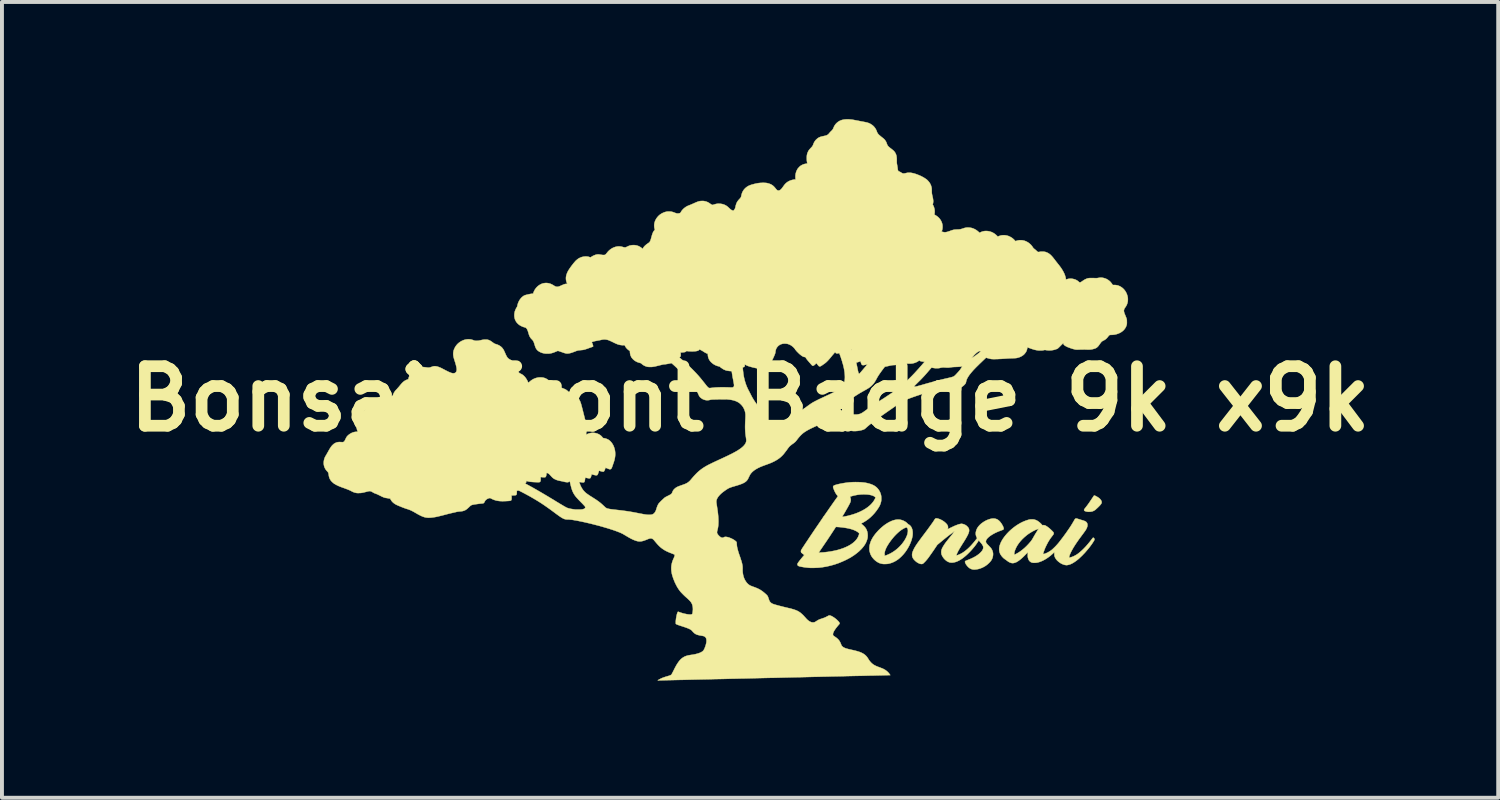
<source format=kicad_pcb>
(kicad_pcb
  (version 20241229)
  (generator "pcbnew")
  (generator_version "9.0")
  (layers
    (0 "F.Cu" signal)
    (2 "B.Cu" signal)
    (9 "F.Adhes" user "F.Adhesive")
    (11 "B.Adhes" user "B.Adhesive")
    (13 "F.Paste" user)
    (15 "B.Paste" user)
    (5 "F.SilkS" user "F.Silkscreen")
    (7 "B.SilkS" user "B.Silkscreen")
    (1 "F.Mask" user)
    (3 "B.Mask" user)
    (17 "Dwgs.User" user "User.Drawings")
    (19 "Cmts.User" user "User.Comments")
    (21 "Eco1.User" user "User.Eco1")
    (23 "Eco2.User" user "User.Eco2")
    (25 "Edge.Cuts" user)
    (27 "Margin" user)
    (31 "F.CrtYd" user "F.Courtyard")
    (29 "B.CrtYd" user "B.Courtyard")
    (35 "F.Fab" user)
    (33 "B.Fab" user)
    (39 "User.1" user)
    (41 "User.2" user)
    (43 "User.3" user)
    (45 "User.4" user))
  (footprint "Bonsai Front Badge 9k x9k"
    (layer "F.Cu")
    (at 16.154 7.161)
    (property "Reference" "Bonsai Front Badge 9k x9k" (at 0 0 0) (layer "F.SilkS") (effects (font (size 1.524 1.524) (thickness 0.3))))
    (attr through_hole)
    (fp_poly (pts (xy 8.816 2.476) (xy 8.824 2.478) (xy 8.835 2.482) (xy 8.849 2.489) (xy 8.853 2.491) (xy 8.885 2.508) (xy 8.914 2.526) (xy 8.939 2.545) (xy 8.961 2.565) (xy 8.978 2.586) (xy 8.991 2.606) (xy 8.999 2.626) (xy 9.003 2.645) (xy 9.002 2.653) (xy 9 2.665) (xy 8.995 2.677) (xy 8.988 2.691) (xy 8.977 2.705) (xy 8.963 2.722) (xy 8.954 2.733) (xy 8.94 2.747) (xy 8.924 2.763) (xy 8.907 2.78) (xy 8.889 2.797) (xy 8.872 2.812) (xy 8.856 2.827) (xy 8.843 2.839) (xy 8.832 2.848) (xy 8.829 2.849) (xy 8.808 2.862) (xy 8.784 2.874) (xy 8.76 2.883) (xy 8.753 2.884) (xy 8.733 2.888) (xy 8.71 2.891) (xy 8.684 2.892) (xy 8.659 2.892) (xy 8.635 2.89) (xy 8.616 2.887) (xy 8.594 2.881) (xy 8.577 2.875) (xy 8.564 2.869) (xy 8.558 2.864) (xy 8.554 2.856) (xy 8.553 2.846) (xy 8.553 2.842) (xy 8.553 2.838) (xy 8.555 2.834) (xy 8.557 2.829) (xy 8.561 2.823) (xy 8.567 2.814) (xy 8.576 2.803) (xy 8.587 2.789) (xy 8.596 2.777) (xy 8.615 2.753) (xy 8.633 2.729) (xy 8.651 2.705) (xy 8.67 2.678) (xy 8.69 2.65) (xy 8.711 2.618) (xy 8.735 2.583) (xy 8.743 2.571) (xy 8.756 2.551) (xy 8.769 2.532) (xy 8.78 2.515) (xy 8.79 2.5) (xy 8.798 2.489) (xy 8.804 2.481) (xy 8.806 2.477) (xy 8.807 2.477) (xy 8.811 2.476) (xy 8.816 2.476)) (stroke (width 0.01) (type solid)) (fill yes) (layer "F.SilkS"))
    (fp_poly (pts (xy 3.821 3.092) (xy 3.837 3.094) (xy 3.873 3.102) (xy 3.907 3.113) (xy 3.94 3.127) (xy 3.97 3.144) (xy 3.997 3.162) (xy 4.02 3.182) (xy 4.03 3.193) (xy 4.047 3.209) (xy 4.06 3.217) (xy 4.084 3.232) (xy 4.105 3.252) (xy 4.124 3.277) (xy 4.139 3.306) (xy 4.151 3.339) (xy 4.157 3.364) (xy 4.161 3.387) (xy 4.163 3.413) (xy 4.164 3.441) (xy 4.163 3.469) (xy 4.161 3.496) (xy 4.159 3.512) (xy 4.146 3.572) (xy 4.128 3.633) (xy 4.104 3.695) (xy 4.076 3.757) (xy 4.042 3.819) (xy 4.006 3.877) (xy 3.968 3.931) (xy 3.926 3.982) (xy 3.882 4.029) (xy 3.836 4.072) (xy 3.789 4.111) (xy 3.77 4.124) (xy 3.726 4.152) (xy 3.678 4.177) (xy 3.628 4.198) (xy 3.577 4.214) (xy 3.533 4.224) (xy 3.519 4.226) (xy 3.501 4.227) (xy 3.481 4.228) (xy 3.46 4.229) (xy 3.439 4.229) (xy 3.419 4.229) (xy 3.404 4.228) (xy 3.397 4.227) (xy 3.355 4.219) (xy 3.315 4.207) (xy 3.277 4.189) (xy 3.24 4.166) (xy 3.204 4.139) (xy 3.171 4.108) (xy 3.139 4.072) (xy 3.112 4.034) (xy 3.09 3.993) (xy 3.084 3.976) (xy 3.443 3.976) (xy 3.443 3.99) (xy 3.444 4.002) (xy 3.445 4.012) (xy 3.446 4.018) (xy 3.448 4.019) (xy 3.451 4.018) (xy 3.458 4.016) (xy 3.468 4.012) (xy 3.481 4.008) (xy 3.483 4.008) (xy 3.538 3.986) (xy 3.592 3.96) (xy 3.646 3.929) (xy 3.699 3.894) (xy 3.75 3.855) (xy 3.799 3.812) (xy 3.844 3.767) (xy 3.887 3.719) (xy 3.925 3.669) (xy 3.96 3.617) (xy 3.989 3.564) (xy 3.99 3.562) (xy 4.006 3.527) (xy 4.019 3.496) (xy 4.029 3.466) (xy 4.036 3.436) (xy 4.036 3.434) (xy 4.039 3.414) (xy 4.041 3.393) (xy 4.041 3.372) (xy 4.04 3.354) (xy 4.038 3.338) (xy 4.037 3.334) (xy 4.031 3.32) (xy 4.024 3.307) (xy 4.015 3.298) (xy 4.008 3.294) (xy 4.003 3.292) (xy 3.998 3.292) (xy 3.991 3.294) (xy 3.981 3.297) (xy 3.98 3.298) (xy 3.942 3.315) (xy 3.902 3.338) (xy 3.861 3.365) (xy 3.82 3.397) (xy 3.779 3.434) (xy 3.737 3.474) (xy 3.695 3.518) (xy 3.655 3.565) (xy 3.615 3.615) (xy 3.576 3.668) (xy 3.556 3.697) (xy 3.528 3.741) (xy 3.504 3.781) (xy 3.485 3.819) (xy 3.469 3.855) (xy 3.457 3.889) (xy 3.449 3.921) (xy 3.446 3.935) (xy 3.444 3.948) (xy 3.443 3.962) (xy 3.443 3.976) (xy 3.084 3.976) (xy 3.073 3.949) (xy 3.061 3.901) (xy 3.06 3.899) (xy 3.057 3.875) (xy 3.055 3.848) (xy 3.055 3.819) (xy 3.057 3.789) (xy 3.06 3.762) (xy 3.063 3.745) (xy 3.076 3.696) (xy 3.093 3.647) (xy 3.116 3.598) (xy 3.144 3.549) (xy 3.177 3.5) (xy 3.215 3.45) (xy 3.259 3.4) (xy 3.289 3.367) (xy 3.336 3.321) (xy 3.383 3.28) (xy 3.429 3.242) (xy 3.477 3.208) (xy 3.526 3.177) (xy 3.572 3.152) (xy 3.617 3.131) (xy 3.661 3.114) (xy 3.704 3.102) (xy 3.745 3.094) (xy 3.784 3.091) (xy 3.821 3.092)) (stroke (width 0.01) (type solid)) (fill yes) (layer "F.SilkS"))
    (fp_poly (pts (xy 2.766 2.133) (xy 2.836 2.136) (xy 2.902 2.142) (xy 2.955 2.149) (xy 3.004 2.159) (xy 3.052 2.172) (xy 3.097 2.186) (xy 3.138 2.203) (xy 3.176 2.222) (xy 3.199 2.237) (xy 3.234 2.263) (xy 3.265 2.294) (xy 3.292 2.328) (xy 3.315 2.365) (xy 3.334 2.405) (xy 3.34 2.422) (xy 3.347 2.443) (xy 3.352 2.462) (xy 3.355 2.479) (xy 3.358 2.497) (xy 3.359 2.516) (xy 3.36 2.538) (xy 3.36 2.553) (xy 3.36 2.572) (xy 3.359 2.588) (xy 3.359 2.6) (xy 3.357 2.611) (xy 3.356 2.622) (xy 3.353 2.634) (xy 3.352 2.64) (xy 3.344 2.669) (xy 3.335 2.696) (xy 3.325 2.722) (xy 3.312 2.748) (xy 3.295 2.777) (xy 3.276 2.807) (xy 3.232 2.87) (xy 3.184 2.93) (xy 3.133 2.985) (xy 3.08 3.036) (xy 3.023 3.083) (xy 2.965 3.124) (xy 2.905 3.161) (xy 2.867 3.181) (xy 2.856 3.186) (xy 2.848 3.191) (xy 2.843 3.194) (xy 2.842 3.195) (xy 2.844 3.197) (xy 2.85 3.202) (xy 2.858 3.208) (xy 2.861 3.21) (xy 2.875 3.221) (xy 2.89 3.235) (xy 2.907 3.25) (xy 2.923 3.266) (xy 2.936 3.281) (xy 2.947 3.294) (xy 2.949 3.296) (xy 2.972 3.331) (xy 2.989 3.368) (xy 3.002 3.407) (xy 3.009 3.448) (xy 3.012 3.492) (xy 3.012 3.497) (xy 3.011 3.529) (xy 3.008 3.559) (xy 3.001 3.588) (xy 2.992 3.62) (xy 2.991 3.622) (xy 2.976 3.662) (xy 2.958 3.7) (xy 2.936 3.737) (xy 2.91 3.774) (xy 2.88 3.812) (xy 2.845 3.851) (xy 2.839 3.856) (xy 2.788 3.906) (xy 2.731 3.953) (xy 2.67 3.999) (xy 2.603 4.043) (xy 2.531 4.085) (xy 2.454 4.125) (xy 2.357 4.169) (xy 2.259 4.209) (xy 2.159 4.243) (xy 2.057 4.271) (xy 1.954 4.295) (xy 1.85 4.312) (xy 1.767 4.322) (xy 1.753 4.323) (xy 1.735 4.324) (xy 1.713 4.325) (xy 1.689 4.326) (xy 1.663 4.327) (xy 1.638 4.328) (xy 1.612 4.328) (xy 1.589 4.328) (xy 1.567 4.328) (xy 1.55 4.328) (xy 1.537 4.328) (xy 1.537 4.328) (xy 1.498 4.325) (xy 1.459 4.321) (xy 1.421 4.317) (xy 1.384 4.312) (xy 1.35 4.306) (xy 1.318 4.301) (xy 1.289 4.295) (xy 1.265 4.289) (xy 1.25 4.284) (xy 1.233 4.276) (xy 1.221 4.265) (xy 1.214 4.252) (xy 1.212 4.238) (xy 1.216 4.222) (xy 1.219 4.213) (xy 1.225 4.204) (xy 1.233 4.191) (xy 1.245 4.176) (xy 1.259 4.157) (xy 1.274 4.137) (xy 1.292 4.115) (xy 1.31 4.092) (xy 1.329 4.069) (xy 1.348 4.046) (xy 1.355 4.038) (xy 1.366 4.026) (xy 1.375 4.015) (xy 1.382 4.006) (xy 1.387 4) (xy 1.389 3.998) (xy 1.386 3.996) (xy 1.38 3.992) (xy 1.372 3.986) (xy 1.365 3.981) (xy 1.35 3.97) (xy 1.336 3.959) (xy 1.324 3.947) (xy 1.314 3.937) (xy 1.313 3.936) (xy 1.758 3.936) (xy 1.761 3.937) (xy 1.768 3.937) (xy 1.78 3.937) (xy 1.795 3.936) (xy 1.812 3.935) (xy 1.831 3.934) (xy 1.851 3.933) (xy 1.871 3.932) (xy 1.891 3.93) (xy 1.894 3.93) (xy 1.985 3.92) (xy 2.071 3.907) (xy 2.154 3.891) (xy 2.233 3.873) (xy 2.308 3.851) (xy 2.379 3.827) (xy 2.445 3.8) (xy 2.507 3.771) (xy 2.564 3.739) (xy 2.588 3.724) (xy 2.632 3.692) (xy 2.67 3.66) (xy 2.703 3.627) (xy 2.732 3.592) (xy 2.755 3.556) (xy 2.766 3.535) (xy 2.773 3.518) (xy 2.78 3.501) (xy 2.786 3.484) (xy 2.791 3.468) (xy 2.793 3.455) (xy 2.794 3.449) (xy 2.792 3.444) (xy 2.786 3.437) (xy 2.777 3.428) (xy 2.766 3.419) (xy 2.754 3.409) (xy 2.746 3.404) (xy 2.724 3.39) (xy 2.696 3.376) (xy 2.665 3.362) (xy 2.631 3.349) (xy 2.597 3.338) (xy 2.57 3.33) (xy 2.529 3.32) (xy 2.485 3.311) (xy 2.437 3.303) (xy 2.387 3.295) (xy 2.337 3.289) (xy 2.287 3.284) (xy 2.239 3.281) (xy 2.233 3.28) (xy 2.197 3.279) (xy 2.169 3.322) (xy 2.146 3.357) (xy 2.121 3.396) (xy 2.093 3.438) (xy 2.064 3.483) (xy 2.033 3.53) (xy 2.001 3.578) (xy 1.969 3.626) (xy 1.937 3.673) (xy 1.905 3.72) (xy 1.874 3.765) (xy 1.845 3.808) (xy 1.818 3.848) (xy 1.811 3.857) (xy 1.799 3.876) (xy 1.787 3.893) (xy 1.777 3.908) (xy 1.769 3.92) (xy 1.762 3.929) (xy 1.759 3.935) (xy 1.758 3.936) (xy 1.313 3.936) (xy 1.308 3.928) (xy 1.308 3.928) (xy 1.303 3.913) (xy 1.303 3.895) (xy 1.305 3.886) (xy 1.306 3.882) (xy 1.308 3.878) (xy 1.31 3.873) (xy 1.313 3.867) (xy 1.317 3.86) (xy 1.322 3.852) (xy 1.328 3.842) (xy 1.336 3.829) (xy 1.345 3.814) (xy 1.357 3.797) (xy 1.37 3.777) (xy 1.385 3.754) (xy 1.403 3.727) (xy 1.423 3.696) (xy 1.446 3.662) (xy 1.472 3.624) (xy 1.496 3.587) (xy 1.555 3.499) (xy 1.614 3.411) (xy 1.674 3.322) (xy 1.735 3.233) (xy 1.795 3.145) (xy 1.854 3.058) (xy 1.878 3.023) (xy 2.356 3.023) (xy 2.372 3.022) (xy 2.38 3.02) (xy 2.392 3.018) (xy 2.408 3.016) (xy 2.425 3.012) (xy 2.438 3.01) (xy 2.516 2.993) (xy 2.59 2.973) (xy 2.662 2.951) (xy 2.731 2.926) (xy 2.796 2.899) (xy 2.857 2.87) (xy 2.914 2.839) (xy 2.968 2.806) (xy 3.017 2.771) (xy 3.061 2.735) (xy 3.101 2.697) (xy 3.136 2.657) (xy 3.166 2.617) (xy 3.191 2.574) (xy 3.196 2.564) (xy 3.203 2.549) (xy 3.208 2.539) (xy 3.21 2.531) (xy 3.21 2.526) (xy 3.208 2.521) (xy 3.203 2.516) (xy 3.198 2.512) (xy 3.177 2.496) (xy 3.151 2.483) (xy 3.119 2.471) (xy 3.083 2.462) (xy 3.043 2.454) (xy 2.998 2.449) (xy 2.95 2.447) (xy 2.911 2.446) (xy 2.868 2.447) (xy 2.828 2.449) (xy 2.789 2.453) (xy 2.75 2.458) (xy 2.708 2.466) (xy 2.683 2.471) (xy 2.669 2.474) (xy 2.653 2.478) (xy 2.636 2.482) (xy 2.618 2.487) (xy 2.602 2.492) (xy 2.587 2.496) (xy 2.574 2.5) (xy 2.565 2.503) (xy 2.561 2.505) (xy 2.56 2.505) (xy 2.561 2.508) (xy 2.562 2.515) (xy 2.565 2.524) (xy 2.566 2.528) (xy 2.575 2.558) (xy 2.578 2.586) (xy 2.576 2.612) (xy 2.57 2.639) (xy 2.564 2.654) (xy 2.557 2.67) (xy 2.547 2.69) (xy 2.534 2.714) (xy 2.519 2.742) (xy 2.503 2.772) (xy 2.484 2.805) (xy 2.464 2.84) (xy 2.443 2.877) (xy 2.422 2.914) (xy 2.399 2.952) (xy 2.394 2.96) (xy 2.356 3.023) (xy 1.878 3.023) (xy 1.913 2.973) (xy 1.971 2.89) (xy 2.027 2.809) (xy 2.081 2.732) (xy 2.132 2.659) (xy 2.181 2.59) (xy 2.186 2.583) (xy 2.2 2.563) (xy 2.213 2.545) (xy 2.225 2.529) (xy 2.234 2.515) (xy 2.242 2.504) (xy 2.247 2.497) (xy 2.249 2.493) (xy 2.249 2.493) (xy 2.248 2.49) (xy 2.243 2.485) (xy 2.236 2.477) (xy 2.233 2.474) (xy 2.215 2.452) (xy 2.196 2.424) (xy 2.178 2.393) (xy 2.161 2.357) (xy 2.145 2.319) (xy 2.131 2.281) (xy 2.127 2.268) (xy 2.126 2.256) (xy 2.127 2.246) (xy 2.13 2.237) (xy 2.137 2.229) (xy 2.148 2.221) (xy 2.162 2.214) (xy 2.181 2.207) (xy 2.205 2.2) (xy 2.233 2.192) (xy 2.256 2.186) (xy 2.326 2.171) (xy 2.398 2.158) (xy 2.471 2.147) (xy 2.546 2.139) (xy 2.62 2.134) (xy 2.694 2.132) (xy 2.766 2.133)) (stroke (width 0.01) (type solid)) (fill yes) (layer "F.SilkS"))
    (fp_poly (pts (xy 4.78 3.061) (xy 4.789 3.062) (xy 4.819 3.069) (xy 4.851 3.08) (xy 4.884 3.094) (xy 4.918 3.112) (xy 4.951 3.133) (xy 4.982 3.156) (xy 4.99 3.163) (xy 5.016 3.187) (xy 5.037 3.21) (xy 5.053 3.232) (xy 5.063 3.255) (xy 5.068 3.278) (xy 5.068 3.301) (xy 5.064 3.32) (xy 5.062 3.328) (xy 5.061 3.335) (xy 5.061 3.337) (xy 5.063 3.336) (xy 5.07 3.333) (xy 5.081 3.328) (xy 5.095 3.321) (xy 5.111 3.313) (xy 5.129 3.304) (xy 5.131 3.304) (xy 5.182 3.279) (xy 5.229 3.257) (xy 5.272 3.239) (xy 5.31 3.225) (xy 5.344 3.213) (xy 5.374 3.206) (xy 5.399 3.201) (xy 5.415 3.2) (xy 5.438 3.203) (xy 5.463 3.209) (xy 5.488 3.218) (xy 5.512 3.23) (xy 5.534 3.244) (xy 5.548 3.256) (xy 5.563 3.27) (xy 5.576 3.285) (xy 5.588 3.299) (xy 5.595 3.31) (xy 5.604 3.332) (xy 5.608 3.356) (xy 5.608 3.38) (xy 5.608 3.385) (xy 5.605 3.402) (xy 5.6 3.419) (xy 5.594 3.438) (xy 5.586 3.458) (xy 5.576 3.48) (xy 5.564 3.504) (xy 5.549 3.532) (xy 5.532 3.562) (xy 5.513 3.595) (xy 5.49 3.632) (xy 5.465 3.673) (xy 5.442 3.708) (xy 5.42 3.743) (xy 5.401 3.774) (xy 5.384 3.802) (xy 5.369 3.826) (xy 5.356 3.849) (xy 5.344 3.87) (xy 5.333 3.889) (xy 5.323 3.909) (xy 5.323 3.91) (xy 5.313 3.93) (xy 5.304 3.949) (xy 5.296 3.967) (xy 5.29 3.983) (xy 5.286 3.995) (xy 5.283 4.004) (xy 5.283 4.007) (xy 5.286 4.008) (xy 5.293 4.007) (xy 5.303 4.004) (xy 5.316 4.001) (xy 5.331 3.996) (xy 5.345 3.99) (xy 5.39 3.97) (xy 5.434 3.946) (xy 5.479 3.916) (xy 5.524 3.882) (xy 5.57 3.843) (xy 5.617 3.799) (xy 5.664 3.75) (xy 5.712 3.695) (xy 5.762 3.635) (xy 5.779 3.613) (xy 5.813 3.569) (xy 5.801 3.543) (xy 5.788 3.513) (xy 5.781 3.485) (xy 5.778 3.456) (xy 5.779 3.425) (xy 5.78 3.419) (xy 5.788 3.381) (xy 5.801 3.344) (xy 5.819 3.308) (xy 5.843 3.273) (xy 5.872 3.239) (xy 5.905 3.207) (xy 5.943 3.177) (xy 5.986 3.148) (xy 5.993 3.143) (xy 6.015 3.131) (xy 6.034 3.12) (xy 6.051 3.112) (xy 6.069 3.104) (xy 6.09 3.095) (xy 6.092 3.095) (xy 6.134 3.08) (xy 6.173 3.07) (xy 6.208 3.065) (xy 6.24 3.064) (xy 6.252 3.065) (xy 6.284 3.071) (xy 6.312 3.08) (xy 6.339 3.093) (xy 6.364 3.112) (xy 6.387 3.132) (xy 6.403 3.15) (xy 6.419 3.171) (xy 6.435 3.192) (xy 6.449 3.215) (xy 6.462 3.238) (xy 6.474 3.26) (xy 6.483 3.281) (xy 6.489 3.299) (xy 6.493 3.315) (xy 6.493 3.328) (xy 6.493 3.329) (xy 6.49 3.338) (xy 6.485 3.345) (xy 6.478 3.351) (xy 6.466 3.356) (xy 6.452 3.361) (xy 6.428 3.37) (xy 6.401 3.38) (xy 6.372 3.391) (xy 6.343 3.403) (xy 6.316 3.415) (xy 6.292 3.426) (xy 6.248 3.448) (xy 6.208 3.471) (xy 6.171 3.494) (xy 6.138 3.517) (xy 6.11 3.54) (xy 6.086 3.562) (xy 6.066 3.584) (xy 6.052 3.606) (xy 6.042 3.627) (xy 6.038 3.647) (xy 6.038 3.661) (xy 6.039 3.67) (xy 6.042 3.678) (xy 6.046 3.687) (xy 6.052 3.697) (xy 6.061 3.708) (xy 6.072 3.721) (xy 6.086 3.736) (xy 6.105 3.755) (xy 6.107 3.758) (xy 6.122 3.773) (xy 6.136 3.788) (xy 6.149 3.802) (xy 6.16 3.815) (xy 6.169 3.824) (xy 6.173 3.83) (xy 6.193 3.863) (xy 6.208 3.898) (xy 6.218 3.934) (xy 6.222 3.971) (xy 6.22 4.009) (xy 6.213 4.048) (xy 6.213 4.049) (xy 6.203 4.081) (xy 6.189 4.112) (xy 6.171 4.142) (xy 6.148 4.171) (xy 6.12 4.201) (xy 6.079 4.239) (xy 6.036 4.272) (xy 5.99 4.3) (xy 5.942 4.324) (xy 5.889 4.345) (xy 5.884 4.346) (xy 5.854 4.355) (xy 5.822 4.362) (xy 5.79 4.367) (xy 5.76 4.37) (xy 5.733 4.371) (xy 5.709 4.369) (xy 5.708 4.369) (xy 5.677 4.362) (xy 5.649 4.352) (xy 5.622 4.337) (xy 5.597 4.318) (xy 5.573 4.295) (xy 5.549 4.266) (xy 5.539 4.252) (xy 5.529 4.238) (xy 5.52 4.222) (xy 5.513 4.206) (xy 5.507 4.192) (xy 5.504 4.18) (xy 5.503 4.175) (xy 5.504 4.168) (xy 5.505 4.162) (xy 5.509 4.157) (xy 5.515 4.152) (xy 5.524 4.147) (xy 5.536 4.142) (xy 5.553 4.135) (xy 5.571 4.128) (xy 5.633 4.103) (xy 5.689 4.078) (xy 5.74 4.052) (xy 5.787 4.025) (xy 5.828 3.997) (xy 5.866 3.968) (xy 5.889 3.947) (xy 5.914 3.922) (xy 5.934 3.899) (xy 5.949 3.877) (xy 5.96 3.855) (xy 5.967 3.834) (xy 5.968 3.833) (xy 5.971 3.812) (xy 5.97 3.792) (xy 5.965 3.771) (xy 5.954 3.749) (xy 5.943 3.731) (xy 5.938 3.723) (xy 5.93 3.713) (xy 5.92 3.701) (xy 5.909 3.688) (xy 5.898 3.674) (xy 5.887 3.661) (xy 5.877 3.649) (xy 5.868 3.639) (xy 5.861 3.631) (xy 5.857 3.628) (xy 5.856 3.627) (xy 5.853 3.629) (xy 5.849 3.634) (xy 5.847 3.637) (xy 5.817 3.684) (xy 5.783 3.733) (xy 5.746 3.782) (xy 5.706 3.83) (xy 5.665 3.877) (xy 5.622 3.923) (xy 5.578 3.967) (xy 5.534 4.008) (xy 5.49 4.045) (xy 5.448 4.078) (xy 5.418 4.099) (xy 5.375 4.126) (xy 5.334 4.148) (xy 5.295 4.166) (xy 5.257 4.179) (xy 5.22 4.188) (xy 5.184 4.193) (xy 5.174 4.193) (xy 5.148 4.193) (xy 5.124 4.191) (xy 5.102 4.186) (xy 5.08 4.177) (xy 5.064 4.17) (xy 5.036 4.154) (xy 5.009 4.133) (xy 4.983 4.109) (xy 4.959 4.082) (xy 4.938 4.053) (xy 4.92 4.023) (xy 4.906 3.993) (xy 4.9 3.974) (xy 4.897 3.953) (xy 4.895 3.93) (xy 4.896 3.906) (xy 4.899 3.883) (xy 4.902 3.869) (xy 4.91 3.846) (xy 4.921 3.82) (xy 4.936 3.792) (xy 4.954 3.762) (xy 4.975 3.729) (xy 5 3.692) (xy 5.03 3.653) (xy 5.063 3.611) (xy 5.097 3.569) (xy 5.119 3.542) (xy 5.14 3.516) (xy 5.159 3.492) (xy 5.177 3.47) (xy 5.192 3.45) (xy 5.205 3.432) (xy 5.216 3.418) (xy 5.224 3.407) (xy 5.228 3.4) (xy 5.23 3.397) (xy 5.227 3.397) (xy 5.221 3.401) (xy 5.211 3.407) (xy 5.199 3.416) (xy 5.183 3.428) (xy 5.165 3.441) (xy 5.145 3.456) (xy 5.123 3.472) (xy 5.1 3.489) (xy 5.077 3.507) (xy 5.053 3.526) (xy 5.03 3.544) (xy 5.007 3.562) (xy 4.996 3.571) (xy 4.975 3.588) (xy 4.951 3.608) (xy 4.925 3.629) (xy 4.9 3.65) (xy 4.876 3.669) (xy 4.861 3.682) (xy 4.794 3.738) (xy 4.75 3.803) (xy 4.718 3.851) (xy 4.688 3.895) (xy 4.66 3.935) (xy 4.635 3.971) (xy 4.612 4.003) (xy 4.592 4.032) (xy 4.573 4.058) (xy 4.556 4.081) (xy 4.54 4.101) (xy 4.533 4.11) (xy 4.52 4.125) (xy 4.506 4.142) (xy 4.491 4.159) (xy 4.475 4.175) (xy 4.46 4.19) (xy 4.447 4.203) (xy 4.435 4.214) (xy 4.425 4.221) (xy 4.421 4.223) (xy 4.404 4.229) (xy 4.383 4.229) (xy 4.361 4.226) (xy 4.337 4.219) (xy 4.312 4.207) (xy 4.286 4.193) (xy 4.259 4.175) (xy 4.234 4.154) (xy 4.215 4.136) (xy 4.193 4.112) (xy 4.176 4.089) (xy 4.163 4.065) (xy 4.154 4.04) (xy 4.149 4.013) (xy 4.149 4.012) (xy 4.148 3.991) (xy 4.15 3.967) (xy 4.155 3.942) (xy 4.164 3.914) (xy 4.177 3.883) (xy 4.187 3.862) (xy 4.195 3.844) (xy 4.204 3.827) (xy 4.214 3.809) (xy 4.225 3.79) (xy 4.237 3.771) (xy 4.25 3.75) (xy 4.265 3.728) (xy 4.281 3.704) (xy 4.3 3.677) (xy 4.321 3.648) (xy 4.345 3.615) (xy 4.372 3.579) (xy 4.401 3.539) (xy 4.424 3.509) (xy 4.466 3.453) (xy 4.505 3.401) (xy 4.541 3.353) (xy 4.573 3.309) (xy 4.602 3.269) (xy 4.628 3.233) (xy 4.651 3.201) (xy 4.671 3.173) (xy 4.688 3.148) (xy 4.702 3.127) (xy 4.713 3.109) (xy 4.716 3.104) (xy 4.727 3.088) (xy 4.736 3.075) (xy 4.745 3.067) (xy 4.755 3.062) (xy 4.766 3.06) (xy 4.78 3.061)) (stroke (width 0.01) (type solid)) (fill yes) (layer "F.SilkS"))
    (fp_poly (pts (xy 8.358 3.064) (xy 8.374 3.068) (xy 8.394 3.074) (xy 8.399 3.076) (xy 8.417 3.081) (xy 8.436 3.087) (xy 8.454 3.093) (xy 8.47 3.098) (xy 8.474 3.099) (xy 8.504 3.108) (xy 8.529 3.115) (xy 8.55 3.123) (xy 8.567 3.129) (xy 8.581 3.136) (xy 8.593 3.143) (xy 8.603 3.15) (xy 8.611 3.157) (xy 8.613 3.16) (xy 8.627 3.178) (xy 8.635 3.2) (xy 8.639 3.223) (xy 8.638 3.249) (xy 8.632 3.277) (xy 8.621 3.307) (xy 8.606 3.338) (xy 8.589 3.366) (xy 8.583 3.375) (xy 8.575 3.387) (xy 8.564 3.402) (xy 8.551 3.419) (xy 8.538 3.438) (xy 8.524 3.457) (xy 8.519 3.463) (xy 8.472 3.527) (xy 8.428 3.586) (xy 8.388 3.643) (xy 8.352 3.695) (xy 8.319 3.745) (xy 8.29 3.791) (xy 8.264 3.835) (xy 8.241 3.876) (xy 8.221 3.914) (xy 8.205 3.946) (xy 8.196 3.968) (xy 8.187 3.99) (xy 8.18 4.01) (xy 8.174 4.029) (xy 8.17 4.045) (xy 8.169 4.052) (xy 8.167 4.067) (xy 8.178 4.065) (xy 8.211 4.058) (xy 8.247 4.046) (xy 8.285 4.031) (xy 8.323 4.011) (xy 8.361 3.989) (xy 8.398 3.964) (xy 8.402 3.961) (xy 8.449 3.923) (xy 8.497 3.881) (xy 8.546 3.833) (xy 8.596 3.781) (xy 8.646 3.723) (xy 8.697 3.662) (xy 8.727 3.623) (xy 8.743 3.602) (xy 8.755 3.586) (xy 8.765 3.574) (xy 8.772 3.565) (xy 8.778 3.559) (xy 8.783 3.556) (xy 8.787 3.555) (xy 8.791 3.556) (xy 8.795 3.559) (xy 8.799 3.563) (xy 8.8 3.563) (xy 8.81 3.574) (xy 8.817 3.585) (xy 8.819 3.595) (xy 8.817 3.607) (xy 8.812 3.621) (xy 8.805 3.634) (xy 8.787 3.663) (xy 8.766 3.696) (xy 8.741 3.732) (xy 8.714 3.769) (xy 8.685 3.807) (xy 8.654 3.845) (xy 8.622 3.883) (xy 8.59 3.92) (xy 8.578 3.934) (xy 8.563 3.951) (xy 8.544 3.97) (xy 8.524 3.991) (xy 8.503 4.013) (xy 8.481 4.034) (xy 8.46 4.054) (xy 8.441 4.072) (xy 8.425 4.087) (xy 8.417 4.094) (xy 8.372 4.131) (xy 8.328 4.164) (xy 8.285 4.192) (xy 8.244 4.216) (xy 8.205 4.234) (xy 8.167 4.247) (xy 8.132 4.255) (xy 8.125 4.256) (xy 8.113 4.257) (xy 8.104 4.258) (xy 8.099 4.258) (xy 8.098 4.258) (xy 8.094 4.258) (xy 8.086 4.257) (xy 8.086 4.257) (xy 8.05 4.251) (xy 8.014 4.239) (xy 7.977 4.223) (xy 7.941 4.202) (xy 7.905 4.176) (xy 7.886 4.16) (xy 7.86 4.136) (xy 7.84 4.112) (xy 7.823 4.088) (xy 7.809 4.063) (xy 7.799 4.039) (xy 7.796 4.029) (xy 7.794 4.021) (xy 7.792 4.013) (xy 7.791 4.004) (xy 7.791 3.992) (xy 7.791 3.977) (xy 7.791 3.972) (xy 7.791 3.955) (xy 7.79 3.942) (xy 7.789 3.935) (xy 7.788 3.932) (xy 7.785 3.932) (xy 7.78 3.936) (xy 7.774 3.943) (xy 7.772 3.944) (xy 7.765 3.951) (xy 7.755 3.961) (xy 7.742 3.972) (xy 7.727 3.985) (xy 7.712 3.998) (xy 7.698 4.011) (xy 7.684 4.022) (xy 7.682 4.023) (xy 7.636 4.058) (xy 7.589 4.09) (xy 7.542 4.118) (xy 7.495 4.143) (xy 7.449 4.163) (xy 7.404 4.179) (xy 7.361 4.191) (xy 7.344 4.194) (xy 7.318 4.197) (xy 7.29 4.199) (xy 7.277 4.199) (xy 7.248 4.198) (xy 7.224 4.194) (xy 7.202 4.187) (xy 7.183 4.177) (xy 7.165 4.163) (xy 7.162 4.16) (xy 7.144 4.14) (xy 7.13 4.116) (xy 7.12 4.088) (xy 7.112 4.057) (xy 7.112 4.054) (xy 7.111 4.045) (xy 7.11 4.031) (xy 7.11 4.015) (xy 7.11 3.997) (xy 7.11 3.979) (xy 7.111 3.962) (xy 7.111 3.947) (xy 7.112 3.935) (xy 7.113 3.929) (xy 7.113 3.927) (xy 7.109 3.929) (xy 7.103 3.936) (xy 7.093 3.946) (xy 7.092 3.947) (xy 7.077 3.963) (xy 7.059 3.982) (xy 7.039 4.002) (xy 7.019 4.022) (xy 6.999 4.042) (xy 6.979 4.061) (xy 6.961 4.078) (xy 6.944 4.092) (xy 6.931 4.104) (xy 6.929 4.106) (xy 6.908 4.122) (xy 6.887 4.138) (xy 6.866 4.153) (xy 6.845 4.166) (xy 6.828 4.176) (xy 6.821 4.18) (xy 6.81 4.185) (xy 6.797 4.19) (xy 6.783 4.196) (xy 6.778 4.197) (xy 6.749 4.205) (xy 6.72 4.207) (xy 6.691 4.203) (xy 6.662 4.194) (xy 6.631 4.18) (xy 6.628 4.178) (xy 6.616 4.171) (xy 6.602 4.161) (xy 6.587 4.151) (xy 6.578 4.144) (xy 6.564 4.133) (xy 6.548 4.121) (xy 6.531 4.11) (xy 6.524 4.105) (xy 6.496 4.084) (xy 6.47 4.059) (xy 6.445 4.031) (xy 6.424 4.002) (xy 6.419 3.994) (xy 6.761 3.994) (xy 6.768 3.992) (xy 6.773 3.99) (xy 6.782 3.986) (xy 6.793 3.98) (xy 6.806 3.974) (xy 6.808 3.973) (xy 6.862 3.943) (xy 6.916 3.908) (xy 6.97 3.867) (xy 7.024 3.822) (xy 7.076 3.773) (xy 7.127 3.72) (xy 7.176 3.664) (xy 7.187 3.651) (xy 7.2 3.634) (xy 7.211 3.618) (xy 7.222 3.602) (xy 7.233 3.584) (xy 7.245 3.562) (xy 7.249 3.556) (xy 7.28 3.501) (xy 7.31 3.45) (xy 7.34 3.402) (xy 7.359 3.372) (xy 7.368 3.358) (xy 7.376 3.346) (xy 7.381 3.336) (xy 7.385 3.33) (xy 7.386 3.327) (xy 7.386 3.327) (xy 7.381 3.328) (xy 7.373 3.331) (xy 7.361 3.336) (xy 7.348 3.341) (xy 7.333 3.347) (xy 7.318 3.353) (xy 7.303 3.359) (xy 7.296 3.362) (xy 7.266 3.377) (xy 7.233 3.394) (xy 7.199 3.414) (xy 7.164 3.435) (xy 7.131 3.457) (xy 7.1 3.479) (xy 7.076 3.498) (xy 7.022 3.544) (xy 6.972 3.591) (xy 6.926 3.641) (xy 6.886 3.691) (xy 6.85 3.742) (xy 6.82 3.794) (xy 6.812 3.81) (xy 6.795 3.847) (xy 6.782 3.881) (xy 6.772 3.914) (xy 6.766 3.947) (xy 6.763 3.97) (xy 6.761 3.994) (xy 6.419 3.994) (xy 6.406 3.972) (xy 6.398 3.955) (xy 6.386 3.919) (xy 6.379 3.881) (xy 6.378 3.842) (xy 6.382 3.801) (xy 6.391 3.759) (xy 6.406 3.715) (xy 6.425 3.67) (xy 6.45 3.624) (xy 6.479 3.577) (xy 6.514 3.529) (xy 6.531 3.507) (xy 6.579 3.451) (xy 6.631 3.397) (xy 6.685 3.347) (xy 6.742 3.3) (xy 6.801 3.256) (xy 6.862 3.216) (xy 6.924 3.18) (xy 6.986 3.149) (xy 7.049 3.123) (xy 7.106 3.104) (xy 7.129 3.097) (xy 7.148 3.092) (xy 7.164 3.089) (xy 7.181 3.087) (xy 7.199 3.087) (xy 7.219 3.086) (xy 7.244 3.087) (xy 7.264 3.089) (xy 7.283 3.093) (xy 7.302 3.099) (xy 7.323 3.107) (xy 7.325 3.107) (xy 7.346 3.118) (xy 7.37 3.132) (xy 7.394 3.15) (xy 7.418 3.169) (xy 7.44 3.189) (xy 7.46 3.209) (xy 7.47 3.221) (xy 7.481 3.236) (xy 7.496 3.234) (xy 7.518 3.234) (xy 7.539 3.237) (xy 7.559 3.243) (xy 7.559 3.244) (xy 7.578 3.254) (xy 7.599 3.267) (xy 7.623 3.284) (xy 7.648 3.303) (xy 7.674 3.325) (xy 7.7 3.349) (xy 7.726 3.373) (xy 7.726 3.374) (xy 7.741 3.388) (xy 7.752 3.4) (xy 7.76 3.409) (xy 7.766 3.416) (xy 7.769 3.421) (xy 7.772 3.426) (xy 7.772 3.429) (xy 7.774 3.44) (xy 7.774 3.451) (xy 7.771 3.462) (xy 7.765 3.474) (xy 7.755 3.488) (xy 7.742 3.505) (xy 7.74 3.508) (xy 7.7 3.56) (xy 7.662 3.616) (xy 7.626 3.676) (xy 7.593 3.739) (xy 7.562 3.803) (xy 7.537 3.864) (xy 7.531 3.882) (xy 7.524 3.9) (xy 7.518 3.918) (xy 7.512 3.935) (xy 7.508 3.95) (xy 7.504 3.962) (xy 7.502 3.971) (xy 7.502 3.975) (xy 7.502 3.975) (xy 7.506 3.976) (xy 7.513 3.974) (xy 7.524 3.972) (xy 7.537 3.969) (xy 7.55 3.965) (xy 7.563 3.96) (xy 7.574 3.956) (xy 7.616 3.937) (xy 7.659 3.913) (xy 7.703 3.884) (xy 7.727 3.865) (xy 7.74 3.854) (xy 7.756 3.839) (xy 7.774 3.822) (xy 7.794 3.803) (xy 7.814 3.783) (xy 7.834 3.762) (xy 7.853 3.741) (xy 7.87 3.722) (xy 7.885 3.705) (xy 7.887 3.703) (xy 7.904 3.682) (xy 7.923 3.658) (xy 7.945 3.63) (xy 7.968 3.599) (xy 7.993 3.567) (xy 8.018 3.534) (xy 8.043 3.5) (xy 8.049 3.491) (xy 8.091 3.434) (xy 8.128 3.38) (xy 8.163 3.33) (xy 8.196 3.281) (xy 8.226 3.234) (xy 8.254 3.188) (xy 8.281 3.142) (xy 8.297 3.114) (xy 8.308 3.095) (xy 8.317 3.081) (xy 8.326 3.072) (xy 8.335 3.066) (xy 8.345 3.063) (xy 8.358 3.064)) (stroke (width 0.01) (type solid)) (fill yes) (layer "F.SilkS"))
    (fp_poly (pts (xy 2.536 -7.155) (xy 2.591 -7.15) (xy 2.623 -7.146) (xy 2.635 -7.144) (xy 2.652 -7.141) (xy 2.672 -7.137) (xy 2.695 -7.133) (xy 2.72 -7.128) (xy 2.746 -7.123) (xy 2.772 -7.118) (xy 2.774 -7.118) (xy 2.801 -7.112) (xy 2.827 -7.107) (xy 2.853 -7.102) (xy 2.877 -7.098) (xy 2.898 -7.094) (xy 2.916 -7.09) (xy 2.929 -7.088) (xy 2.929 -7.088) (xy 2.97 -7.08) (xy 3.005 -7.071) (xy 3.038 -7.06) (xy 3.068 -7.047) (xy 3.096 -7.03) (xy 3.125 -7.011) (xy 3.13 -7.007) (xy 3.158 -6.984) (xy 3.182 -6.958) (xy 3.204 -6.929) (xy 3.223 -6.897) (xy 3.24 -6.861) (xy 3.249 -6.835) (xy 3.256 -6.818) (xy 3.265 -6.803) (xy 3.275 -6.787) (xy 3.288 -6.772) (xy 3.305 -6.755) (xy 3.325 -6.738) (xy 3.349 -6.718) (xy 3.358 -6.71) (xy 3.38 -6.693) (xy 3.398 -6.679) (xy 3.413 -6.667) (xy 3.425 -6.656) (xy 3.435 -6.647) (xy 3.444 -6.637) (xy 3.452 -6.628) (xy 3.455 -6.623) (xy 3.474 -6.596) (xy 3.49 -6.566) (xy 3.501 -6.535) (xy 3.508 -6.515) (xy 3.516 -6.497) (xy 3.527 -6.48) (xy 3.54 -6.464) (xy 3.556 -6.448) (xy 3.577 -6.431) (xy 3.598 -6.414) (xy 3.625 -6.394) (xy 3.647 -6.376) (xy 3.666 -6.36) (xy 3.681 -6.346) (xy 3.694 -6.332) (xy 3.704 -6.318) (xy 3.714 -6.304) (xy 3.722 -6.289) (xy 3.722 -6.288) (xy 3.732 -6.268) (xy 3.74 -6.248) (xy 3.746 -6.228) (xy 3.75 -6.207) (xy 3.753 -6.184) (xy 3.755 -6.158) (xy 3.756 -6.128) (xy 3.756 -6.104) (xy 3.756 -6.083) (xy 3.756 -6.066) (xy 3.756 -6.052) (xy 3.757 -6.04) (xy 3.758 -6.03) (xy 3.759 -6.018) (xy 3.762 -6.005) (xy 3.764 -5.991) (xy 3.768 -5.971) (xy 3.771 -5.95) (xy 3.775 -5.93) (xy 3.777 -5.912) (xy 3.778 -5.906) (xy 3.78 -5.884) (xy 3.783 -5.867) (xy 3.785 -5.854) (xy 3.789 -5.845) (xy 3.793 -5.837) (xy 3.799 -5.831) (xy 3.807 -5.826) (xy 3.817 -5.821) (xy 3.823 -5.818) (xy 3.837 -5.811) (xy 3.852 -5.803) (xy 3.866 -5.795) (xy 3.87 -5.792) (xy 3.886 -5.782) (xy 3.9 -5.775) (xy 3.914 -5.771) (xy 3.928 -5.769) (xy 3.945 -5.77) (xy 3.964 -5.773) (xy 3.987 -5.778) (xy 3.992 -5.779) (xy 4.009 -5.783) (xy 4.023 -5.786) (xy 4.035 -5.788) (xy 4.046 -5.789) (xy 4.059 -5.789) (xy 4.071 -5.789) (xy 4.094 -5.789) (xy 4.116 -5.787) (xy 4.136 -5.784) (xy 4.136 -5.784) (xy 4.174 -5.776) (xy 4.214 -5.766) (xy 4.255 -5.752) (xy 4.296 -5.737) (xy 4.337 -5.72) (xy 4.378 -5.702) (xy 4.416 -5.682) (xy 4.452 -5.662) (xy 4.485 -5.641) (xy 4.514 -5.621) (xy 4.538 -5.601) (xy 4.541 -5.598) (xy 4.571 -5.565) (xy 4.597 -5.532) (xy 4.617 -5.497) (xy 4.633 -5.46) (xy 4.645 -5.419) (xy 4.646 -5.414) (xy 4.648 -5.404) (xy 4.649 -5.394) (xy 4.651 -5.382) (xy 4.651 -5.368) (xy 4.652 -5.35) (xy 4.652 -5.327) (xy 4.652 -5.326) (xy 4.652 -5.307) (xy 4.653 -5.292) (xy 4.653 -5.279) (xy 4.654 -5.267) (xy 4.655 -5.256) (xy 4.657 -5.244) (xy 4.66 -5.23) (xy 4.663 -5.213) (xy 4.668 -5.194) (xy 4.673 -5.169) (xy 4.675 -5.162) (xy 4.682 -5.13) (xy 4.686 -5.102) (xy 4.689 -5.077) (xy 4.69 -5.054) (xy 4.688 -5.032) (xy 4.685 -5.011) (xy 4.682 -4.996) (xy 4.677 -4.973) (xy 4.686 -4.957) (xy 4.702 -4.924) (xy 4.714 -4.888) (xy 4.723 -4.85) (xy 4.727 -4.812) (xy 4.727 -4.774) (xy 4.723 -4.741) (xy 4.721 -4.729) (xy 4.72 -4.722) (xy 4.72 -4.717) (xy 4.722 -4.715) (xy 4.722 -4.715) (xy 4.726 -4.713) (xy 4.734 -4.708) (xy 4.744 -4.703) (xy 4.749 -4.7) (xy 4.787 -4.675) (xy 4.822 -4.646) (xy 4.852 -4.614) (xy 4.877 -4.579) (xy 4.898 -4.542) (xy 4.912 -4.507) (xy 4.923 -4.468) (xy 4.928 -4.427) (xy 4.928 -4.387) (xy 4.924 -4.347) (xy 4.914 -4.309) (xy 4.912 -4.303) (xy 4.908 -4.294) (xy 4.906 -4.286) (xy 4.905 -4.283) (xy 4.906 -4.283) (xy 4.91 -4.28) (xy 4.918 -4.278) (xy 4.93 -4.274) (xy 4.942 -4.271) (xy 4.954 -4.269) (xy 4.965 -4.267) (xy 4.966 -4.267) (xy 4.98 -4.265) (xy 4.994 -4.265) (xy 5.009 -4.266) (xy 5.025 -4.269) (xy 5.043 -4.273) (xy 5.064 -4.279) (xy 5.088 -4.287) (xy 5.116 -4.296) (xy 5.144 -4.307) (xy 5.166 -4.314) (xy 5.184 -4.32) (xy 5.201 -4.325) (xy 5.217 -4.328) (xy 5.234 -4.331) (xy 5.254 -4.333) (xy 5.276 -4.334) (xy 5.299 -4.335) (xy 5.325 -4.336) (xy 5.346 -4.337) (xy 5.365 -4.339) (xy 5.382 -4.342) (xy 5.399 -4.345) (xy 5.417 -4.35) (xy 5.437 -4.357) (xy 5.461 -4.364) (xy 5.486 -4.373) (xy 5.508 -4.378) (xy 5.528 -4.382) (xy 5.548 -4.385) (xy 5.569 -4.386) (xy 5.581 -4.386) (xy 5.626 -4.383) (xy 5.671 -4.375) (xy 5.714 -4.361) (xy 5.756 -4.342) (xy 5.796 -4.318) (xy 5.834 -4.289) (xy 5.851 -4.274) (xy 5.875 -4.25) (xy 5.894 -4.26) (xy 5.928 -4.276) (xy 5.962 -4.287) (xy 5.997 -4.294) (xy 6.036 -4.297) (xy 6.045 -4.297) (xy 6.09 -4.294) (xy 6.134 -4.285) (xy 6.177 -4.272) (xy 6.218 -4.253) (xy 6.258 -4.229) (xy 6.295 -4.199) (xy 6.316 -4.18) (xy 6.342 -4.154) (xy 6.366 -4.164) (xy 6.406 -4.178) (xy 6.447 -4.187) (xy 6.488 -4.19) (xy 6.53 -4.188) (xy 6.572 -4.181) (xy 6.613 -4.169) (xy 6.654 -4.151) (xy 6.693 -4.129) (xy 6.716 -4.113) (xy 6.731 -4.101) (xy 6.748 -4.086) (xy 6.764 -4.07) (xy 6.778 -4.056) (xy 6.785 -4.048) (xy 6.795 -4.036) (xy 6.818 -4.044) (xy 6.856 -4.055) (xy 6.896 -4.061) (xy 6.937 -4.062) (xy 6.978 -4.058) (xy 7.018 -4.049) (xy 7.035 -4.044) (xy 7.078 -4.026) (xy 7.119 -4.003) (xy 7.156 -3.975) (xy 7.191 -3.943) (xy 7.221 -3.907) (xy 7.245 -3.871) (xy 7.253 -3.861) (xy 7.263 -3.85) (xy 7.277 -3.839) (xy 7.278 -3.838) (xy 7.29 -3.829) (xy 7.303 -3.818) (xy 7.317 -3.806) (xy 7.329 -3.795) (xy 7.34 -3.785) (xy 7.35 -3.775) (xy 7.359 -3.768) (xy 7.365 -3.764) (xy 7.365 -3.764) (xy 7.375 -3.76) (xy 7.388 -3.759) (xy 7.404 -3.761) (xy 7.425 -3.765) (xy 7.426 -3.765) (xy 7.438 -3.768) (xy 7.449 -3.769) (xy 7.46 -3.77) (xy 7.474 -3.77) (xy 7.492 -3.77) (xy 7.531 -3.766) (xy 7.567 -3.759) (xy 7.601 -3.746) (xy 7.634 -3.73) (xy 7.644 -3.723) (xy 7.661 -3.712) (xy 7.677 -3.7) (xy 7.692 -3.687) (xy 7.708 -3.672) (xy 7.724 -3.655) (xy 7.742 -3.635) (xy 7.761 -3.612) (xy 7.782 -3.585) (xy 7.806 -3.554) (xy 7.808 -3.551) (xy 7.823 -3.532) (xy 7.839 -3.511) (xy 7.856 -3.49) (xy 7.872 -3.469) (xy 7.886 -3.451) (xy 7.889 -3.448) (xy 7.925 -3.402) (xy 7.957 -3.359) (xy 7.984 -3.318) (xy 8.008 -3.278) (xy 8.029 -3.24) (xy 8.047 -3.202) (xy 8.053 -3.186) (xy 8.062 -3.163) (xy 8.07 -3.138) (xy 8.077 -3.113) (xy 8.082 -3.091) (xy 8.084 -3.073) (xy 8.085 -3.063) (xy 8.086 -3.056) (xy 8.087 -3.054) (xy 8.087 -3.054) (xy 8.09 -3.054) (xy 8.096 -3.057) (xy 8.106 -3.06) (xy 8.108 -3.061) (xy 8.146 -3.071) (xy 8.185 -3.076) (xy 8.225 -3.076) (xy 8.265 -3.071) (xy 8.305 -3.061) (xy 8.342 -3.047) (xy 8.351 -3.042) (xy 8.366 -3.034) (xy 8.379 -3.026) (xy 8.392 -3.017) (xy 8.406 -3.005) (xy 8.413 -2.999) (xy 8.423 -2.99) (xy 8.43 -2.985) (xy 8.435 -2.982) (xy 8.441 -2.98) (xy 8.445 -2.98) (xy 8.453 -2.981) (xy 8.462 -2.984) (xy 8.472 -2.99) (xy 8.486 -2.998) (xy 8.502 -3.009) (xy 8.509 -3.014) (xy 8.544 -3.038) (xy 8.577 -3.057) (xy 8.609 -3.072) (xy 8.641 -3.083) (xy 8.644 -3.084) (xy 8.654 -3.086) (xy 8.665 -3.088) (xy 8.677 -3.09) (xy 8.691 -3.091) (xy 8.708 -3.091) (xy 8.727 -3.092) (xy 8.751 -3.092) (xy 8.779 -3.091) (xy 8.812 -3.091) (xy 8.825 -3.09) (xy 8.846 -3.09) (xy 8.862 -3.09) (xy 8.875 -3.09) (xy 8.886 -3.091) (xy 8.896 -3.092) (xy 8.907 -3.094) (xy 8.914 -3.095) (xy 8.937 -3.099) (xy 8.957 -3.102) (xy 8.974 -3.103) (xy 8.991 -3.103) (xy 9.009 -3.102) (xy 9.01 -3.102) (xy 9.052 -3.094) (xy 9.093 -3.082) (xy 9.133 -3.065) (xy 9.17 -3.042) (xy 9.204 -3.016) (xy 9.217 -3.004) (xy 9.23 -2.99) (xy 9.244 -2.973) (xy 9.258 -2.956) (xy 9.27 -2.939) (xy 9.277 -2.929) (xy 9.286 -2.914) (xy 9.319 -2.915) (xy 9.36 -2.913) (xy 9.4 -2.907) (xy 9.439 -2.895) (xy 9.476 -2.878) (xy 9.51 -2.857) (xy 9.543 -2.832) (xy 9.572 -2.803) (xy 9.599 -2.77) (xy 9.622 -2.734) (xy 9.642 -2.694) (xy 9.657 -2.652) (xy 9.668 -2.609) (xy 9.671 -2.588) (xy 9.673 -2.564) (xy 9.673 -2.538) (xy 9.672 -2.513) (xy 9.67 -2.49) (xy 9.668 -2.48) (xy 9.657 -2.438) (xy 9.642 -2.4) (xy 9.622 -2.364) (xy 9.61 -2.347) (xy 9.593 -2.323) (xy 9.582 -2.302) (xy 9.575 -2.282) (xy 9.571 -2.263) (xy 9.572 -2.242) (xy 9.573 -2.236) (xy 9.575 -2.225) (xy 9.578 -2.213) (xy 9.582 -2.2) (xy 9.587 -2.185) (xy 9.594 -2.168) (xy 9.603 -2.146) (xy 9.611 -2.127) (xy 9.618 -2.109) (xy 9.625 -2.091) (xy 9.632 -2.074) (xy 9.637 -2.059) (xy 9.64 -2.05) (xy 9.643 -2.039) (xy 9.644 -2.03) (xy 9.646 -2.021) (xy 9.647 -2.011) (xy 9.647 -1.999) (xy 9.647 -1.982) (xy 9.648 -1.968) (xy 9.648 -1.949) (xy 9.647 -1.934) (xy 9.647 -1.922) (xy 9.646 -1.912) (xy 9.644 -1.904) (xy 9.642 -1.895) (xy 9.641 -1.891) (xy 9.628 -1.852) (xy 9.609 -1.815) (xy 9.586 -1.782) (xy 9.558 -1.751) (xy 9.526 -1.724) (xy 9.489 -1.699) (xy 9.448 -1.679) (xy 9.437 -1.674) (xy 9.401 -1.661) (xy 9.367 -1.651) (xy 9.331 -1.644) (xy 9.293 -1.639) (xy 9.259 -1.637) (xy 9.241 -1.637) (xy 9.227 -1.636) (xy 9.217 -1.635) (xy 9.21 -1.634) (xy 9.205 -1.633) (xy 9.202 -1.631) (xy 9.198 -1.629) (xy 9.197 -1.627) (xy 9.191 -1.622) (xy 9.183 -1.613) (xy 9.174 -1.603) (xy 9.165 -1.591) (xy 9.142 -1.563) (xy 9.12 -1.54) (xy 9.097 -1.521) (xy 9.073 -1.505) (xy 9.049 -1.493) (xy 9.036 -1.486) (xy 9.024 -1.479) (xy 9.014 -1.473) (xy 9.011 -1.471) (xy 9.001 -1.463) (xy 8.989 -1.449) (xy 8.975 -1.431) (xy 8.957 -1.407) (xy 8.941 -1.384) (xy 8.924 -1.36) (xy 8.906 -1.339) (xy 8.888 -1.322) (xy 8.872 -1.308) (xy 8.87 -1.307) (xy 8.857 -1.3) (xy 8.84 -1.292) (xy 8.819 -1.285) (xy 8.797 -1.278) (xy 8.773 -1.272) (xy 8.767 -1.27) (xy 8.725 -1.263) (xy 8.684 -1.26) (xy 8.64 -1.26) (xy 8.637 -1.26) (xy 8.601 -1.262) (xy 8.559 -1.263) (xy 8.513 -1.262) (xy 8.462 -1.262) (xy 8.423 -1.26) (xy 8.4 -1.26) (xy 8.382 -1.259) (xy 8.368 -1.259) (xy 8.356 -1.26) (xy 8.346 -1.26) (xy 8.336 -1.261) (xy 8.328 -1.263) (xy 8.309 -1.267) (xy 8.285 -1.273) (xy 8.258 -1.28) (xy 8.23 -1.289) (xy 8.201 -1.299) (xy 8.173 -1.309) (xy 8.147 -1.319) (xy 8.123 -1.328) (xy 8.116 -1.332) (xy 8.09 -1.345) (xy 8.067 -1.358) (xy 8.049 -1.371) (xy 8.035 -1.385) (xy 8.026 -1.397) (xy 8.022 -1.409) (xy 8.023 -1.421) (xy 8.024 -1.421) (xy 8.025 -1.427) (xy 8.025 -1.43) (xy 8.025 -1.43) (xy 8.023 -1.429) (xy 8.017 -1.424) (xy 8.008 -1.415) (xy 7.997 -1.404) (xy 7.983 -1.391) (xy 7.968 -1.376) (xy 7.955 -1.363) (xy 7.938 -1.346) (xy 7.922 -1.33) (xy 7.907 -1.315) (xy 7.894 -1.303) (xy 7.884 -1.294) (xy 7.877 -1.288) (xy 7.874 -1.286) (xy 7.863 -1.281) (xy 7.849 -1.275) (xy 7.831 -1.269) (xy 7.813 -1.263) (xy 7.794 -1.257) (xy 7.776 -1.252) (xy 7.769 -1.251) (xy 7.726 -1.243) (xy 7.682 -1.24) (xy 7.639 -1.24) (xy 7.597 -1.244) (xy 7.577 -1.247) (xy 7.564 -1.25) (xy 7.554 -1.251) (xy 7.547 -1.251) (xy 7.54 -1.25) (xy 7.533 -1.249) (xy 7.489 -1.24) (xy 7.442 -1.237) (xy 7.393 -1.238) (xy 7.343 -1.244) (xy 7.3 -1.253) (xy 7.281 -1.257) (xy 7.265 -1.262) (xy 7.248 -1.267) (xy 7.23 -1.273) (xy 7.21 -1.279) (xy 7.187 -1.287) (xy 7.161 -1.297) (xy 7.144 -1.303) (xy 7.129 -1.309) (xy 7.117 -1.313) (xy 7.108 -1.316) (xy 7.103 -1.318) (xy 7.102 -1.318) (xy 7.101 -1.315) (xy 7.1 -1.309) (xy 7.099 -1.307) (xy 7.093 -1.275) (xy 7.085 -1.247) (xy 7.076 -1.222) (xy 7.063 -1.198) (xy 7.055 -1.186) (xy 7.031 -1.154) (xy 7.002 -1.125) (xy 6.968 -1.101) (xy 6.932 -1.08) (xy 6.891 -1.063) (xy 6.847 -1.05) (xy 6.833 -1.047) (xy 6.822 -1.045) (xy 6.81 -1.043) (xy 6.796 -1.042) (xy 6.778 -1.041) (xy 6.757 -1.04) (xy 6.731 -1.039) (xy 6.723 -1.039) (xy 6.696 -1.038) (xy 6.671 -1.037) (xy 6.648 -1.036) (xy 6.624 -1.035) (xy 6.6 -1.033) (xy 6.574 -1.032) (xy 6.545 -1.03) (xy 6.513 -1.028) (xy 6.477 -1.026) (xy 6.456 -1.024) (xy 6.43 -1.023) (xy 6.4 -1.021) (xy 6.368 -1.02) (xy 6.336 -1.018) (xy 6.306 -1.017) (xy 6.288 -1.017) (xy 6.258 -1.016) (xy 6.233 -1.016) (xy 6.211 -1.017) (xy 6.191 -1.018) (xy 6.173 -1.02) (xy 6.156 -1.023) (xy 6.137 -1.027) (xy 6.117 -1.032) (xy 6.094 -1.039) (xy 6.088 -1.04) (xy 6.042 -1.053) (xy 6.026 -1.038) (xy 5.987 -1.001) (xy 5.948 -0.964) (xy 5.911 -0.928) (xy 5.875 -0.894) (xy 5.841 -0.86) (xy 5.809 -0.829) (xy 5.78 -0.8) (xy 5.754 -0.773) (xy 5.732 -0.75) (xy 5.713 -0.73) (xy 5.711 -0.727) (xy 5.674 -0.685) (xy 5.642 -0.646) (xy 5.614 -0.61) (xy 5.591 -0.575) (xy 5.571 -0.543) (xy 5.555 -0.513) (xy 5.543 -0.484) (xy 5.535 -0.455) (xy 5.53 -0.434) (xy 5.527 -0.418) (xy 5.522 -0.405) (xy 5.519 -0.396) (xy 5.507 -0.38) (xy 5.492 -0.363) (xy 5.473 -0.344) (xy 5.451 -0.326) (xy 5.427 -0.308) (xy 5.403 -0.291) (xy 5.377 -0.275) (xy 5.353 -0.261) (xy 5.33 -0.251) (xy 5.323 -0.248) (xy 5.3 -0.241) (xy 5.282 -0.238) (xy 5.267 -0.239) (xy 5.259 -0.242) (xy 5.241 -0.252) (xy 5.226 -0.259) (xy 5.212 -0.264) (xy 5.197 -0.268) (xy 5.181 -0.27) (xy 5.161 -0.272) (xy 5.146 -0.273) (xy 5.112 -0.273) (xy 5.073 -0.271) (xy 5.029 -0.267) (xy 4.981 -0.261) (xy 4.928 -0.253) (xy 4.873 -0.242) (xy 4.813 -0.23) (xy 4.75 -0.216) (xy 4.685 -0.2) (xy 4.617 -0.183) (xy 4.546 -0.163) (xy 4.474 -0.142) (xy 4.399 -0.12) (xy 4.323 -0.096) (xy 4.277 -0.081) (xy 4.214 -0.059) (xy 4.156 -0.039) (xy 4.102 -0.019) (xy 4.053 -0.001) (xy 4.009 0.017) (xy 3.97 0.033) (xy 3.936 0.049) (xy 3.907 0.063) (xy 3.883 0.076) (xy 3.872 0.083) (xy 3.864 0.089) (xy 3.851 0.097) (xy 3.835 0.108) (xy 3.816 0.122) (xy 3.793 0.137) (xy 3.769 0.154) (xy 3.742 0.173) (xy 3.714 0.192) (xy 3.684 0.213) (xy 3.654 0.234) (xy 3.624 0.255) (xy 3.594 0.276) (xy 3.564 0.296) (xy 3.536 0.316) (xy 3.509 0.334) (xy 3.485 0.352) (xy 3.462 0.367) (xy 3.443 0.381) (xy 3.427 0.392) (xy 3.419 0.398) (xy 3.357 0.441) (xy 3.3 0.483) (xy 3.247 0.521) (xy 3.198 0.557) (xy 3.153 0.591) (xy 3.111 0.623) (xy 3.073 0.654) (xy 3.038 0.682) (xy 3.006 0.709) (xy 2.977 0.735) (xy 2.967 0.744) (xy 2.953 0.757) (xy 2.941 0.767) (xy 2.931 0.774) (xy 2.921 0.78) (xy 2.91 0.785) (xy 2.897 0.79) (xy 2.89 0.792) (xy 2.858 0.802) (xy 2.823 0.81) (xy 2.785 0.817) (xy 2.747 0.822) (xy 2.708 0.825) (xy 2.672 0.826) (xy 2.639 0.825) (xy 2.629 0.824) (xy 2.605 0.821) (xy 2.586 0.818) (xy 2.569 0.813) (xy 2.554 0.807) (xy 2.546 0.803) (xy 2.516 0.788) (xy 2.49 0.775) (xy 2.468 0.764) (xy 2.449 0.754) (xy 2.433 0.747) (xy 2.419 0.74) (xy 2.406 0.734) (xy 2.393 0.729) (xy 2.381 0.724) (xy 2.379 0.723) (xy 2.312 0.699) (xy 2.247 0.679) (xy 2.183 0.663) (xy 2.12 0.652) (xy 2.056 0.645) (xy 1.998 0.642) (xy 1.947 0.641) (xy 1.899 0.644) (xy 1.855 0.649) (xy 1.812 0.657) (xy 1.769 0.668) (xy 1.726 0.683) (xy 1.68 0.702) (xy 1.665 0.709) (xy 1.614 0.733) (xy 1.567 0.755) (xy 1.525 0.776) (xy 1.486 0.797) (xy 1.451 0.816) (xy 1.42 0.836) (xy 1.39 0.855) (xy 1.363 0.875) (xy 1.338 0.896) (xy 1.314 0.918) (xy 1.291 0.941) (xy 1.268 0.966) (xy 1.245 0.993) (xy 1.221 1.022) (xy 1.199 1.052) (xy 1.186 1.068) (xy 1.175 1.082) (xy 1.164 1.094) (xy 1.153 1.105) (xy 1.14 1.116) (xy 1.126 1.128) (xy 1.109 1.141) (xy 1.088 1.155) (xy 1.064 1.173) (xy 1.044 1.189) (xy 1.026 1.203) (xy 1.011 1.218) (xy 0.996 1.234) (xy 0.982 1.253) (xy 0.966 1.273) (xy 0.944 1.305) (xy 0.924 1.332) (xy 0.906 1.355) (xy 0.891 1.375) (xy 0.878 1.392) (xy 0.867 1.406) (xy 0.857 1.418) (xy 0.855 1.421) (xy 0.82 1.458) (xy 0.783 1.493) (xy 0.743 1.525) (xy 0.698 1.556) (xy 0.649 1.585) (xy 0.607 1.607) (xy 0.589 1.615) (xy 0.573 1.623) (xy 0.557 1.631) (xy 0.54 1.638) (xy 0.523 1.645) (xy 0.503 1.653) (xy 0.481 1.662) (xy 0.455 1.671) (xy 0.425 1.682) (xy 0.398 1.692) (xy 0.364 1.704) (xy 0.335 1.715) (xy 0.309 1.725) (xy 0.287 1.734) (xy 0.266 1.743) (xy 0.247 1.751) (xy 0.229 1.76) (xy 0.211 1.768) (xy 0.162 1.795) (xy 0.119 1.822) (xy 0.082 1.85) (xy 0.05 1.879) (xy 0.023 1.91) (xy 0.019 1.914) (xy 0.012 1.924) (xy 0.006 1.933) (xy 0.000306 1.943) (xy -0.006 1.953) (xy -0.012 1.966) (xy -0.02 1.982) (xy -0.03 2.002) (xy -0.035 2.012) (xy -0.042 2.028) (xy -0.05 2.044) (xy -0.058 2.058) (xy -0.064 2.069) (xy -0.067 2.073) (xy -0.08 2.09) (xy -0.095 2.106) (xy -0.112 2.121) (xy -0.133 2.136) (xy -0.156 2.15) (xy -0.183 2.163) (xy -0.214 2.177) (xy -0.249 2.19) (xy -0.289 2.204) (xy -0.334 2.218) (xy -0.374 2.23) (xy -0.409 2.24) (xy -0.439 2.249) (xy -0.466 2.257) (xy -0.488 2.265) (xy -0.508 2.272) (xy -0.526 2.279) (xy -0.543 2.287) (xy -0.559 2.295) (xy -0.575 2.304) (xy -0.591 2.315) (xy -0.609 2.326) (xy -0.612 2.328) (xy -0.66 2.362) (xy -0.704 2.395) (xy -0.742 2.427) (xy -0.774 2.459) (xy -0.802 2.49) (xy -0.824 2.52) (xy -0.842 2.551) (xy -0.846 2.559) (xy -0.852 2.574) (xy -0.857 2.589) (xy -0.861 2.604) (xy -0.863 2.62) (xy -0.863 2.637) (xy -0.862 2.657) (xy -0.859 2.68) (xy -0.855 2.708) (xy -0.852 2.726) (xy -0.841 2.799) (xy -0.831 2.867) (xy -0.823 2.931) (xy -0.817 2.991) (xy -0.813 3.047) (xy -0.811 3.099) (xy -0.81 3.148) (xy -0.811 3.171) (xy -0.812 3.206) (xy -0.814 3.237) (xy -0.817 3.265) (xy -0.821 3.292) (xy -0.826 3.319) (xy -0.833 3.348) (xy -0.834 3.352) (xy -0.84 3.376) (xy -0.844 3.395) (xy -0.846 3.41) (xy -0.846 3.422) (xy -0.845 3.433) (xy -0.843 3.442) (xy -0.84 3.448) (xy -0.829 3.466) (xy -0.815 3.486) (xy -0.798 3.504) (xy -0.78 3.522) (xy -0.762 3.536) (xy -0.745 3.547) (xy -0.744 3.547) (xy -0.725 3.555) (xy -0.707 3.557) (xy -0.691 3.555) (xy -0.683 3.552) (xy -0.674 3.547) (xy -0.664 3.542) (xy -0.662 3.541) (xy -0.646 3.535) (xy -0.625 3.534) (xy -0.601 3.536) (xy -0.572 3.542) (xy -0.54 3.551) (xy -0.511 3.562) (xy -0.481 3.575) (xy -0.451 3.589) (xy -0.423 3.605) (xy -0.398 3.621) (xy -0.376 3.638) (xy -0.362 3.65) (xy -0.345 3.668) (xy -0.343 3.693) (xy -0.341 3.72) (xy -0.339 3.746) (xy -0.336 3.771) (xy -0.332 3.796) (xy -0.327 3.82) (xy -0.321 3.846) (xy -0.313 3.874) (xy -0.305 3.904) (xy -0.295 3.937) (xy -0.283 3.973) (xy -0.269 4.014) (xy -0.262 4.032) (xy -0.247 4.077) (xy -0.234 4.118) (xy -0.222 4.154) (xy -0.213 4.186) (xy -0.205 4.216) (xy -0.2 4.243) (xy -0.195 4.268) (xy -0.192 4.292) (xy -0.191 4.316) (xy -0.19 4.338) (xy -0.191 4.361) (xy -0.191 4.389) (xy -0.19 4.42) (xy -0.187 4.453) (xy -0.182 4.485) (xy -0.179 4.503) (xy -0.168 4.549) (xy -0.153 4.592) (xy -0.135 4.632) (xy -0.113 4.669) (xy -0.089 4.703) (xy -0.062 4.733) (xy -0.033 4.758) (xy -0.002 4.778) (xy 0.006 4.782) (xy 0.014 4.786) (xy 0.027 4.791) (xy 0.042 4.797) (xy 0.06 4.804) (xy 0.078 4.811) (xy 0.082 4.812) (xy 0.119 4.825) (xy 0.152 4.838) (xy 0.181 4.85) (xy 0.207 4.862) (xy 0.231 4.874) (xy 0.255 4.887) (xy 0.278 4.902) (xy 0.289 4.909) (xy 0.31 4.923) (xy 0.331 4.939) (xy 0.352 4.956) (xy 0.373 4.973) (xy 0.393 4.991) (xy 0.412 5.007) (xy 0.427 5.023) (xy 0.44 5.037) (xy 0.449 5.048) (xy 0.45 5.051) (xy 0.453 5.057) (xy 0.458 5.068) (xy 0.463 5.082) (xy 0.469 5.098) (xy 0.474 5.114) (xy 0.48 5.131) (xy 0.486 5.148) (xy 0.491 5.162) (xy 0.496 5.173) (xy 0.499 5.18) (xy 0.509 5.195) (xy 0.523 5.211) (xy 0.54 5.226) (xy 0.557 5.238) (xy 0.564 5.242) (xy 0.573 5.246) (xy 0.585 5.251) (xy 0.598 5.256) (xy 0.615 5.262) (xy 0.634 5.268) (xy 0.655 5.274) (xy 0.681 5.281) (xy 0.709 5.289) (xy 0.742 5.298) (xy 0.778 5.307) (xy 0.819 5.317) (xy 0.864 5.329) (xy 0.914 5.341) (xy 0.969 5.354) (xy 1.029 5.369) (xy 1.077 5.381) (xy 1.12 5.394) (xy 1.159 5.407) (xy 1.194 5.421) (xy 1.227 5.437) (xy 1.257 5.455) (xy 1.287 5.475) (xy 1.315 5.499) (xy 1.344 5.525) (xy 1.374 5.555) (xy 1.405 5.59) (xy 1.413 5.598) (xy 1.436 5.624) (xy 1.456 5.645) (xy 1.475 5.663) (xy 1.493 5.678) (xy 1.511 5.691) (xy 1.529 5.702) (xy 1.533 5.703) (xy 1.552 5.713) (xy 1.569 5.719) (xy 1.584 5.723) (xy 1.601 5.725) (xy 1.61 5.725) (xy 1.625 5.724) (xy 1.637 5.723) (xy 1.649 5.72) (xy 1.662 5.714) (xy 1.676 5.707) (xy 1.692 5.696) (xy 1.701 5.69) (xy 1.719 5.679) (xy 1.736 5.669) (xy 1.752 5.66) (xy 1.768 5.652) (xy 1.787 5.645) (xy 1.808 5.637) (xy 1.834 5.629) (xy 1.837 5.628) (xy 1.868 5.617) (xy 1.895 5.608) (xy 1.919 5.598) (xy 1.942 5.587) (xy 1.966 5.575) (xy 1.985 5.565) (xy 2 5.557) (xy 2.01 5.552) (xy 2.018 5.548) (xy 2.024 5.547) (xy 2.029 5.546) (xy 2.035 5.546) (xy 2.036 5.546) (xy 2.053 5.55) (xy 2.074 5.557) (xy 2.097 5.568) (xy 2.121 5.582) (xy 2.147 5.598) (xy 2.173 5.617) (xy 2.199 5.637) (xy 2.224 5.659) (xy 2.242 5.677) (xy 2.257 5.692) (xy 2.268 5.704) (xy 2.276 5.714) (xy 2.282 5.723) (xy 2.286 5.729) (xy 2.29 5.739) (xy 2.293 5.747) (xy 2.294 5.752) (xy 2.294 5.752) (xy 2.293 5.756) (xy 2.288 5.764) (xy 2.281 5.772) (xy 2.277 5.777) (xy 2.247 5.812) (xy 2.22 5.845) (xy 2.196 5.876) (xy 2.176 5.905) (xy 2.159 5.931) (xy 2.146 5.953) (xy 2.144 5.958) (xy 2.132 5.983) (xy 2.125 6.006) (xy 2.122 6.027) (xy 2.124 6.044) (xy 2.129 6.058) (xy 2.139 6.069) (xy 2.14 6.069) (xy 2.144 6.072) (xy 2.153 6.078) (xy 2.163 6.085) (xy 2.176 6.094) (xy 2.182 6.098) (xy 2.213 6.12) (xy 2.239 6.142) (xy 2.26 6.163) (xy 2.279 6.186) (xy 2.295 6.21) (xy 2.31 6.238) (xy 2.324 6.27) (xy 2.327 6.278) (xy 2.335 6.299) (xy 2.343 6.315) (xy 2.351 6.327) (xy 2.36 6.338) (xy 2.369 6.345) (xy 2.381 6.355) (xy 2.395 6.364) (xy 2.41 6.372) (xy 2.426 6.379) (xy 2.445 6.387) (xy 2.467 6.394) (xy 2.493 6.401) (xy 2.522 6.409) (xy 2.556 6.417) (xy 2.591 6.425) (xy 2.613 6.43) (xy 2.637 6.435) (xy 2.661 6.441) (xy 2.682 6.446) (xy 2.7 6.45) (xy 2.708 6.452) (xy 2.76 6.467) (xy 2.807 6.482) (xy 2.849 6.499) (xy 2.886 6.518) (xy 2.92 6.539) (xy 2.949 6.562) (xy 2.975 6.587) (xy 2.998 6.614) (xy 3.018 6.645) (xy 3.023 6.652) (xy 3.044 6.687) (xy 3.068 6.719) (xy 3.094 6.748) (xy 3.1 6.755) (xy 3.121 6.775) (xy 3.142 6.792) (xy 3.164 6.808) (xy 3.189 6.822) (xy 3.216 6.836) (xy 3.247 6.85) (xy 3.283 6.864) (xy 3.286 6.865) (xy 3.318 6.877) (xy 3.345 6.887) (xy 3.367 6.896) (xy 3.386 6.903) (xy 3.402 6.91) (xy 3.416 6.917) (xy 3.426 6.922) (xy 3.464 6.944) (xy 3.498 6.969) (xy 3.528 6.996) (xy 3.557 7.028) (xy 3.574 7.052) (xy 3.59 7.074) (xy 3.563 7.075) (xy 3.559 7.075) (xy 3.549 7.075) (xy 3.534 7.075) (xy 3.514 7.076) (xy 3.488 7.076) (xy 3.458 7.077) (xy 3.423 7.078) (xy 3.382 7.079) (xy 3.338 7.08) (xy 3.288 7.081) (xy 3.234 7.082) (xy 3.176 7.084) (xy 3.113 7.085) (xy 3.047 7.086) (xy 2.976 7.088) (xy 2.902 7.09) (xy 2.824 7.092) (xy 2.742 7.093) (xy 2.657 7.095) (xy 2.568 7.097) (xy 2.476 7.099) (xy 2.381 7.102) (xy 2.283 7.104) (xy 2.182 7.106) (xy 2.079 7.108) (xy 1.972 7.111) (xy 1.863 7.113) (xy 1.752 7.116) (xy 1.638 7.118) (xy 1.522 7.121) (xy 1.404 7.124) (xy 1.285 7.127) (xy 1.163 7.129) (xy 1.039 7.132) (xy 0.914 7.135) (xy 0.788 7.138) (xy 0.66 7.141) (xy 0.624 7.142) (xy 0.495 7.144) (xy 0.368 7.147) (xy 0.243 7.15) (xy 0.119 7.153) (xy -0.003 7.156) (xy -0.124 7.159) (xy -0.243 7.161) (xy -0.359 7.164) (xy -0.474 7.166) (xy -0.586 7.169) (xy -0.696 7.172) (xy -0.803 7.174) (xy -0.908 7.176) (xy -1.01 7.179) (xy -1.109 7.181) (xy -1.206 7.183) (xy -1.299 7.185) (xy -1.388 7.187) (xy -1.475 7.189) (xy -1.558 7.191) (xy -1.638 7.193) (xy -1.713 7.195) (xy -1.785 7.196) (xy -1.853 7.198) (xy -1.917 7.199) (xy -1.977 7.201) (xy -2.033 7.202) (xy -2.084 7.203) (xy -2.13 7.204) (xy -2.172 7.205) (xy -2.21 7.206) (xy -2.242 7.207) (xy -2.269 7.207) (xy -2.291 7.208) (xy -2.308 7.208) (xy -2.319 7.209) (xy -2.325 7.209) (xy -2.326 7.209) (xy -2.34 7.209) (xy -2.352 7.209) (xy -2.36 7.209) (xy -2.363 7.208) (xy -2.364 7.208) (xy -2.36 7.205) (xy -2.352 7.2) (xy -2.341 7.194) (xy -2.328 7.186) (xy -2.312 7.178) (xy -2.296 7.169) (xy -2.29 7.166) (xy -2.266 7.155) (xy -2.241 7.144) (xy -2.214 7.134) (xy -2.184 7.124) (xy -2.151 7.113) (xy -2.122 7.105) (xy -2.094 7.097) (xy -2.071 7.089) (xy -2.052 7.083) (xy -2.038 7.077) (xy -2.027 7.071) (xy -2.018 7.065) (xy -2.014 7.061) (xy -2.011 7.057) (xy -2.006 7.049) (xy -1.999 7.036) (xy -1.991 7.02) (xy -1.981 7.002) (xy -1.97 6.981) (xy -1.959 6.959) (xy -1.957 6.955) (xy -1.945 6.931) (xy -1.933 6.906) (xy -1.92 6.882) (xy -1.908 6.86) (xy -1.897 6.839) (xy -1.888 6.823) (xy -1.881 6.811) (xy -1.853 6.767) (xy -1.826 6.728) (xy -1.798 6.694) (xy -1.77 6.665) (xy -1.741 6.64) (xy -1.711 6.62) (xy -1.684 6.604) (xy -1.664 6.595) (xy -1.645 6.587) (xy -1.626 6.581) (xy -1.605 6.575) (xy -1.581 6.569) (xy -1.554 6.564) (xy -1.523 6.559) (xy -1.51 6.557) (xy -1.455 6.549) (xy -1.404 6.539) (xy -1.358 6.527) (xy -1.317 6.515) (xy -1.282 6.502) (xy -1.251 6.487) (xy -1.226 6.472) (xy -1.206 6.456) (xy -1.196 6.445) (xy -1.184 6.428) (xy -1.172 6.406) (xy -1.161 6.38) (xy -1.15 6.352) (xy -1.14 6.323) (xy -1.131 6.293) (xy -1.124 6.263) (xy -1.118 6.236) (xy -1.116 6.21) (xy -1.116 6.21) (xy -1.116 6.179) (xy -1.119 6.152) (xy -1.126 6.129) (xy -1.137 6.11) (xy -1.153 6.094) (xy -1.172 6.082) (xy -1.189 6.075) (xy -1.196 6.073) (xy -1.207 6.071) (xy -1.222 6.068) (xy -1.239 6.065) (xy -1.257 6.062) (xy -1.261 6.061) (xy -1.297 6.055) (xy -1.328 6.047) (xy -1.355 6.04) (xy -1.379 6.03) (xy -1.4 6.019) (xy -1.42 6.006) (xy -1.439 5.989) (xy -1.459 5.97) (xy -1.479 5.947) (xy -1.484 5.941) (xy -1.492 5.932) (xy -1.502 5.923) (xy -1.514 5.914) (xy -1.527 5.906) (xy -1.543 5.897) (xy -1.562 5.888) (xy -1.584 5.878) (xy -1.61 5.868) (xy -1.64 5.857) (xy -1.674 5.845) (xy -1.713 5.832) (xy -1.744 5.822) (xy -1.779 5.811) (xy -1.808 5.801) (xy -1.832 5.793) (xy -1.853 5.785) (xy -1.869 5.779) (xy -1.881 5.773) (xy -1.89 5.769) (xy -1.896 5.765) (xy -1.897 5.764) (xy -1.899 5.761) (xy -1.901 5.757) (xy -1.902 5.75) (xy -1.902 5.74) (xy -1.902 5.726) (xy -1.902 5.725) (xy -1.902 5.701) (xy -1.9 5.675) (xy -1.897 5.648) (xy -1.894 5.621) (xy -1.889 5.594) (xy -1.884 5.567) (xy -1.879 5.541) (xy -1.873 5.518) (xy -1.867 5.497) (xy -1.861 5.479) (xy -1.855 5.465) (xy -1.85 5.456) (xy -1.844 5.452) (xy -1.84 5.452) (xy -1.832 5.454) (xy -1.821 5.458) (xy -1.817 5.459) (xy -1.788 5.47) (xy -1.757 5.48) (xy -1.725 5.49) (xy -1.692 5.499) (xy -1.658 5.506) (xy -1.626 5.513) (xy -1.595 5.518) (xy -1.566 5.521) (xy -1.541 5.523) (xy -1.52 5.523) (xy -1.512 5.522) (xy -1.501 5.52) (xy -1.491 5.516) (xy -1.487 5.514) (xy -1.482 5.51) (xy -1.479 5.506) (xy -1.477 5.5) (xy -1.474 5.491) (xy -1.473 5.482) (xy -1.466 5.434) (xy -1.463 5.388) (xy -1.465 5.345) (xy -1.471 5.305) (xy -1.481 5.267) (xy -1.496 5.233) (xy -1.515 5.203) (xy -1.521 5.196) (xy -1.534 5.18) (xy -1.551 5.162) (xy -1.572 5.141) (xy -1.597 5.117) (xy -1.626 5.091) (xy -1.64 5.079) (xy -1.671 5.051) (xy -1.7 5.023) (xy -1.727 4.996) (xy -1.751 4.971) (xy -1.772 4.949) (xy -1.789 4.929) (xy -1.79 4.928) (xy -1.827 4.878) (xy -1.862 4.824) (xy -1.894 4.764) (xy -1.925 4.701) (xy -1.948 4.645) (xy -1.966 4.598) (xy -1.981 4.554) (xy -1.993 4.514) (xy -2.003 4.475) (xy -2.009 4.438) (xy -2.014 4.402) (xy -2.017 4.365) (xy -2.017 4.36) (xy -2.017 4.313) (xy -2.013 4.268) (xy -2.005 4.224) (xy -1.993 4.179) (xy -1.977 4.133) (xy -1.963 4.1) (xy -1.951 4.074) (xy -1.942 4.052) (xy -1.935 4.034) (xy -1.931 4.02) (xy -1.93 4.008) (xy -1.93 3.999) (xy -1.934 3.992) (xy -1.94 3.986) (xy -1.948 3.981) (xy -1.959 3.976) (xy -1.96 3.976) (xy -1.969 3.972) (xy -1.982 3.967) (xy -1.998 3.961) (xy -2.015 3.954) (xy -2.033 3.947) (xy -2.035 3.947) (xy -2.086 3.926) (xy -2.132 3.905) (xy -2.175 3.883) (xy -2.214 3.859) (xy -2.251 3.834) (xy -2.287 3.806) (xy -2.321 3.775) (xy -2.355 3.741) (xy -2.39 3.702) (xy -2.426 3.659) (xy -2.432 3.652) (xy -2.45 3.63) (xy -2.466 3.612) (xy -2.48 3.599) (xy -2.493 3.588) (xy -2.506 3.581) (xy -2.519 3.576) (xy -2.532 3.574) (xy -2.537 3.574) (xy -2.547 3.573) (xy -2.557 3.574) (xy -2.568 3.576) (xy -2.58 3.579) (xy -2.595 3.584) (xy -2.613 3.591) (xy -2.635 3.6) (xy -2.64 3.602) (xy -2.678 3.617) (xy -2.711 3.629) (xy -2.74 3.638) (xy -2.768 3.645) (xy -2.793 3.649) (xy -2.817 3.651) (xy -2.84 3.65) (xy -2.864 3.648) (xy -2.889 3.643) (xy -2.904 3.639) (xy -2.935 3.629) (xy -2.97 3.616) (xy -3.007 3.6) (xy -3.049 3.579) (xy -3.094 3.555) (xy -3.142 3.527) (xy -3.192 3.497) (xy -3.218 3.482) (xy -3.241 3.468) (xy -3.264 3.455) (xy -3.287 3.444) (xy -3.311 3.433) (xy -3.338 3.421) (xy -3.367 3.41) (xy -3.4 3.397) (xy -3.419 3.39) (xy -3.471 3.371) (xy -3.528 3.352) (xy -3.589 3.332) (xy -3.654 3.312) (xy -3.722 3.292) (xy -3.793 3.271) (xy -3.865 3.251) (xy -3.939 3.232) (xy -4.013 3.213) (xy -4.087 3.194) (xy -4.16 3.177) (xy -4.233 3.16) (xy -4.303 3.145) (xy -4.371 3.131) (xy -4.435 3.118) (xy -4.496 3.108) (xy -4.53 3.102) (xy -4.56 3.097) (xy -4.587 3.094) (xy -4.612 3.092) (xy -4.635 3.09) (xy -4.658 3.089) (xy -4.665 3.089) (xy -4.683 3.089) (xy -4.699 3.088) (xy -4.715 3.086) (xy -4.73 3.083) (xy -4.745 3.08) (xy -4.76 3.075) (xy -4.776 3.068) (xy -4.793 3.06) (xy -4.811 3.05) (xy -4.831 3.038) (xy -4.853 3.024) (xy -4.877 3.008) (xy -4.905 2.988) (xy -4.935 2.966) (xy -4.97 2.941) (xy -5.008 2.912) (xy -5.015 2.907) (xy -5.069 2.867) (xy -5.119 2.83) (xy -5.166 2.797) (xy -5.211 2.765) (xy -5.254 2.735) (xy -5.295 2.707) (xy -5.337 2.679) (xy -5.379 2.652) (xy -5.422 2.625) (xy -5.466 2.598) (xy -5.506 2.574) (xy -5.571 2.536) (xy -5.638 2.497) (xy -5.706 2.46) (xy -5.773 2.424) (xy -5.838 2.39) (xy -5.867 2.375) (xy -5.921 2.348) (xy -5.946 2.35) (xy -5.971 2.352) (xy -5.972 2.394) (xy -5.973 2.416) (xy -5.975 2.433) (xy -5.978 2.446) (xy -5.983 2.456) (xy -5.99 2.463) (xy -6.002 2.467) (xy -6.016 2.47) (xy -6.036 2.471) (xy -6.057 2.472) (xy -6.107 2.473) (xy -6.106 2.526) (xy -6.106 2.545) (xy -6.106 2.559) (xy -6.107 2.569) (xy -6.107 2.577) (xy -6.109 2.582) (xy -6.11 2.587) (xy -6.111 2.589) (xy -6.114 2.594) (xy -6.118 2.599) (xy -6.122 2.603) (xy -6.129 2.606) (xy -6.137 2.609) (xy -6.148 2.611) (xy -6.162 2.613) (xy -6.18 2.614) (xy -6.202 2.616) (xy -6.229 2.617) (xy -6.239 2.618) (xy -6.29 2.62) (xy -6.337 2.621) (xy -6.38 2.62) (xy -6.419 2.617) (xy -6.456 2.612) (xy -6.49 2.606) (xy -6.523 2.597) (xy -6.554 2.587) (xy -6.586 2.574) (xy -6.615 2.56) (xy -6.658 2.539) (xy -6.679 2.544) (xy -6.709 2.553) (xy -6.736 2.567) (xy -6.761 2.586) (xy -6.762 2.587) (xy -6.774 2.598) (xy -6.782 2.609) (xy -6.789 2.621) (xy -6.793 2.629) (xy -6.803 2.648) (xy -6.812 2.661) (xy -6.822 2.67) (xy -6.831 2.675) (xy -6.832 2.675) (xy -6.84 2.677) (xy -6.851 2.678) (xy -6.864 2.679) (xy -6.868 2.68) (xy -6.89 2.682) (xy -6.916 2.684) (xy -6.945 2.688) (xy -6.975 2.692) (xy -7.005 2.696) (xy -7.034 2.7) (xy -7.061 2.704) (xy -7.084 2.709) (xy -7.101 2.712) (xy -7.114 2.715) (xy -7.125 2.719) (xy -7.136 2.723) (xy -7.146 2.729) (xy -7.157 2.737) (xy -7.169 2.747) (xy -7.184 2.761) (xy -7.2 2.777) (xy -7.223 2.798) (xy -7.243 2.816) (xy -7.261 2.83) (xy -7.278 2.841) (xy -7.294 2.851) (xy -7.311 2.859) (xy -7.312 2.859) (xy -7.334 2.867) (xy -7.357 2.874) (xy -7.382 2.878) (xy -7.41 2.881) (xy -7.417 2.882) (xy -7.441 2.884) (xy -7.463 2.886) (xy -7.485 2.889) (xy -7.507 2.893) (xy -7.532 2.899) (xy -7.561 2.906) (xy -7.582 2.911) (xy -7.605 2.916) (xy -7.63 2.922) (xy -7.653 2.927) (xy -7.661 2.929) (xy -7.678 2.933) (xy -7.7 2.939) (xy -7.724 2.944) (xy -7.749 2.951) (xy -7.773 2.957) (xy -7.787 2.961) (xy -7.837 2.974) (xy -7.883 2.986) (xy -7.924 2.996) (xy -7.961 3.005) (xy -7.995 3.013) (xy -8.026 3.02) (xy -8.055 3.026) (xy -8.081 3.03) (xy -8.106 3.034) (xy -8.131 3.037) (xy -8.154 3.04) (xy -8.178 3.042) (xy -8.187 3.043) (xy -8.216 3.044) (xy -8.245 3.044) (xy -8.272 3.042) (xy -8.299 3.038) (xy -8.326 3.033) (xy -8.354 3.024) (xy -8.383 3.014) (xy -8.414 3.001) (xy -8.447 2.985) (xy -8.484 2.966) (xy -8.524 2.944) (xy -8.556 2.925) (xy -8.591 2.905) (xy -8.623 2.887) (xy -8.652 2.872) (xy -8.678 2.859) (xy -8.703 2.848) (xy -8.727 2.839) (xy -8.75 2.83) (xy -8.772 2.823) (xy -8.794 2.817) (xy -8.819 2.808) (xy -8.848 2.798) (xy -8.879 2.786) (xy -8.911 2.774) (xy -8.943 2.761) (xy -8.974 2.748) (xy -9.004 2.736) (xy -9.03 2.724) (xy -9.053 2.714) (xy -9.053 2.714) (xy -9.092 2.692) (xy -9.126 2.668) (xy -9.156 2.641) (xy -9.182 2.61) (xy -9.204 2.575) (xy -9.21 2.563) (xy -9.214 2.555) (xy -9.217 2.551) (xy -9.22 2.55) (xy -9.224 2.552) (xy -9.229 2.553) (xy -9.236 2.553) (xy -9.245 2.551) (xy -9.255 2.549) (xy -9.269 2.546) (xy -9.286 2.543) (xy -9.302 2.54) (xy -9.305 2.54) (xy -9.322 2.538) (xy -9.338 2.535) (xy -9.353 2.531) (xy -9.369 2.526) (xy -9.386 2.52) (xy -9.405 2.512) (xy -9.427 2.502) (xy -9.451 2.49) (xy -9.478 2.476) (xy -9.504 2.464) (xy -9.527 2.452) (xy -9.549 2.442) (xy -9.567 2.435) (xy -9.58 2.43) (xy -9.597 2.424) (xy -9.611 2.419) (xy -9.623 2.413) (xy -9.636 2.407) (xy -9.651 2.399) (xy -9.667 2.389) (xy -9.684 2.379) (xy -9.699 2.372) (xy -9.713 2.367) (xy -9.725 2.364) (xy -9.739 2.363) (xy -9.754 2.364) (xy -9.772 2.367) (xy -9.793 2.372) (xy -9.816 2.378) (xy -9.848 2.386) (xy -9.876 2.393) (xy -9.9 2.399) (xy -9.921 2.403) (xy -9.941 2.407) (xy -9.959 2.409) (xy -9.977 2.411) (xy -9.996 2.412) (xy -10.006 2.412) (xy -10.028 2.413) (xy -10.045 2.413) (xy -10.06 2.412) (xy -10.072 2.411) (xy -10.083 2.409) (xy -10.127 2.399) (xy -10.169 2.383) (xy -10.191 2.372) (xy -10.212 2.361) (xy -10.231 2.351) (xy -10.25 2.342) (xy -10.269 2.334) (xy -10.288 2.326) (xy -10.31 2.317) (xy -10.334 2.308) (xy -10.361 2.298) (xy -10.393 2.286) (xy -10.401 2.283) (xy -10.433 2.272) (xy -10.46 2.262) (xy -10.484 2.253) (xy -10.504 2.245) (xy -10.523 2.237) (xy -10.54 2.23) (xy -10.556 2.222) (xy -10.568 2.217) (xy -10.612 2.194) (xy -10.651 2.169) (xy -10.66 2.163) (xy -5.766 2.163) (xy -5.764 2.165) (xy -5.758 2.168) (xy -5.749 2.173) (xy -5.743 2.177) (xy -5.681 2.21) (xy -5.619 2.244) (xy -5.557 2.278) (xy -5.494 2.314) (xy -5.43 2.351) (xy -5.364 2.389) (xy -5.296 2.429) (xy -5.225 2.471) (xy -5.15 2.516) (xy -5.072 2.563) (xy -5.033 2.586) (xy -4.983 2.617) (xy -4.938 2.645) (xy -4.897 2.669) (xy -4.86 2.692) (xy -4.827 2.711) (xy -4.799 2.728) (xy -4.774 2.743) (xy -4.753 2.755) (xy -4.735 2.765) (xy -4.721 2.773) (xy -4.71 2.779) (xy -4.702 2.783) (xy -4.701 2.784) (xy -4.68 2.793) (xy -4.656 2.801) (xy -4.63 2.808) (xy -4.6 2.815) (xy -4.566 2.821) (xy -4.528 2.827) (xy -4.485 2.833) (xy -4.47 2.835) (xy -4.465 2.835) (xy -4.455 2.835) (xy -4.441 2.835) (xy -4.423 2.835) (xy -4.404 2.835) (xy -4.386 2.835) (xy -4.36 2.835) (xy -4.339 2.834) (xy -4.323 2.833) (xy -4.31 2.832) (xy -4.299 2.831) (xy -4.29 2.829) (xy -4.29 2.829) (xy -4.268 2.823) (xy -4.249 2.816) (xy -4.234 2.807) (xy -4.227 2.8) (xy -4.222 2.793) (xy -4.22 2.787) (xy -4.22 2.778) (xy -4.22 2.777) (xy -4.224 2.761) (xy -4.23 2.751) (xy -4.234 2.747) (xy -4.241 2.739) (xy -4.251 2.728) (xy -4.264 2.714) (xy -4.279 2.698) (xy -4.296 2.68) (xy -4.315 2.661) (xy -4.33 2.646) (xy -4.358 2.617) (xy -4.382 2.592) (xy -4.403 2.57) (xy -4.421 2.55) (xy -4.437 2.533) (xy -4.451 2.517) (xy -4.463 2.503) (xy -4.473 2.489) (xy -4.483 2.476) (xy -4.492 2.463) (xy -4.496 2.457) (xy -4.515 2.427) (xy -4.531 2.396) (xy -4.546 2.363) (xy -4.56 2.326) (xy -4.561 2.323) (xy -4.568 2.301) (xy -4.576 2.274) (xy -4.584 2.244) (xy -4.592 2.213) (xy -4.599 2.183) (xy -4.606 2.154) (xy -4.609 2.137) (xy -4.611 2.124) (xy -4.614 2.113) (xy -4.616 2.106) (xy -4.617 2.103) (xy -4.617 2.103) (xy -4.619 2.105) (xy -4.623 2.11) (xy -4.624 2.112) (xy -4.63 2.119) (xy -4.64 2.125) (xy -4.644 2.128) (xy -4.652 2.132) (xy -4.66 2.134) (xy -4.669 2.135) (xy -4.681 2.135) (xy -4.683 2.135) (xy -4.695 2.134) (xy -4.708 2.133) (xy -4.721 2.131) (xy -4.737 2.129) (xy -4.755 2.125) (xy -4.778 2.119) (xy -4.795 2.115) (xy -4.811 2.111) (xy -4.828 2.108) (xy -4.842 2.105) (xy -4.854 2.103) (xy -4.854 2.103) (xy -4.905 2.092) (xy -4.954 2.077) (xy -4.999 2.057) (xy -4.999 2.057) (xy -5.017 2.047) (xy -5.032 2.038) (xy -5.046 2.027) (xy -5.06 2.015) (xy -5.075 2) (xy -5.092 1.982) (xy -5.095 1.979) (xy -5.107 1.965) (xy -5.119 1.952) (xy -5.13 1.94) (xy -5.14 1.931) (xy -5.144 1.926) (xy -5.157 1.917) (xy -5.17 1.909) (xy -5.183 1.902) (xy -5.195 1.898) (xy -5.202 1.897) (xy -5.205 1.897) (xy -5.207 1.897) (xy -5.209 1.899) (xy -5.21 1.903) (xy -5.212 1.911) (xy -5.213 1.922) (xy -5.215 1.938) (xy -5.215 1.939) (xy -5.219 1.96) (xy -5.222 1.976) (xy -5.227 1.987) (xy -5.232 1.996) (xy -5.235 2) (xy -5.24 2.004) (xy -5.245 2.007) (xy -5.252 2.008) (xy -5.263 2.009) (xy -5.266 2.009) (xy -5.278 2.009) (xy -5.293 2.008) (xy -5.309 2.007) (xy -5.323 2.006) (xy -5.336 2.004) (xy -5.348 2.003) (xy -5.356 2.003) (xy -5.36 2.003) (xy -5.36 2.003) (xy -5.361 2.006) (xy -5.361 2.014) (xy -5.362 2.025) (xy -5.362 2.039) (xy -5.362 2.05) (xy -5.362 2.071) (xy -5.363 2.086) (xy -5.364 2.099) (xy -5.366 2.108) (xy -5.37 2.115) (xy -5.374 2.121) (xy -5.376 2.123) (xy -5.38 2.127) (xy -5.385 2.13) (xy -5.392 2.133) (xy -5.4 2.134) (xy -5.412 2.135) (xy -5.426 2.135) (xy -5.445 2.135) (xy -5.468 2.134) (xy -5.484 2.134) (xy -5.525 2.132) (xy -5.561 2.13) (xy -5.592 2.127) (xy -5.619 2.125) (xy -5.643 2.122) (xy -5.664 2.118) (xy -5.683 2.114) (xy -5.701 2.109) (xy -5.717 2.104) (xy -5.729 2.1) (xy -5.729 2.115) (xy -5.731 2.132) (xy -5.735 2.144) (xy -5.744 2.153) (xy -5.756 2.159) (xy -5.761 2.16) (xy -5.765 2.161) (xy -5.766 2.163) (xy -10.66 2.163) (xy -10.685 2.143) (xy -10.714 2.115) (xy -10.738 2.086) (xy -10.757 2.054) (xy -10.772 2.02) (xy -10.782 1.983) (xy -10.787 1.952) (xy -10.79 1.926) (xy -10.795 1.906) (xy -10.801 1.89) (xy -10.804 1.882) (xy -10.809 1.876) (xy -10.816 1.867) (xy -10.825 1.857) (xy -10.833 1.849) (xy -10.851 1.828) (xy -10.865 1.81) (xy -10.877 1.79) (xy -10.888 1.769) (xy -10.889 1.768) (xy -10.903 1.731) (xy -10.912 1.693) (xy -10.916 1.653) (xy -10.915 1.612) (xy -10.909 1.572) (xy -10.903 1.547) (xy -10.895 1.521) (xy -10.885 1.497) (xy -10.873 1.473) (xy -10.859 1.45) (xy -10.852 1.439) (xy -10.843 1.423) (xy -10.833 1.405) (xy -10.822 1.385) (xy -10.81 1.365) (xy -10.803 1.352) (xy -10.785 1.32) (xy -10.77 1.294) (xy -10.756 1.27) (xy -10.743 1.251) (xy -10.732 1.233) (xy -10.72 1.218) (xy -10.709 1.204) (xy -10.698 1.191) (xy -10.688 1.182) (xy -10.66 1.156) (xy -10.629 1.136) (xy -10.597 1.121) (xy -10.563 1.111) (xy -10.548 1.109) (xy -10.529 1.107) (xy -10.507 1.106) (xy -10.486 1.107) (xy -10.466 1.108) (xy -10.453 1.109) (xy -10.433 1.11) (xy -10.416 1.107) (xy -10.401 1.099) (xy -10.388 1.086) (xy -10.376 1.068) (xy -10.371 1.058) (xy -10.36 1.035) (xy -10.351 1.017) (xy -10.344 1.002) (xy -10.337 0.99) (xy -10.332 0.981) (xy -10.328 0.974) (xy -10.323 0.968) (xy -10.319 0.963) (xy -10.319 0.962) (xy -10.29 0.932) (xy -10.258 0.907) (xy -10.223 0.885) (xy -10.186 0.867) (xy -10.148 0.854) (xy -10.11 0.846) (xy -10.072 0.844) (xy -10.06 0.844) (xy -10.051 0.843) (xy -10.045 0.842) (xy -10.044 0.841) (xy -10.045 0.838) (xy -10.048 0.83) (xy -10.051 0.824) (xy -10.063 0.791) (xy -10.071 0.755) (xy -10.074 0.718) (xy -10.074 0.682) (xy -10.073 0.677) (xy -10.068 0.644) (xy -10.061 0.61) (xy -10.05 0.576) (xy -10.036 0.541) (xy -10.019 0.505) (xy -9.999 0.467) (xy -9.975 0.428) (xy -9.947 0.386) (xy -9.915 0.342) (xy -9.878 0.295) (xy -9.841 0.248) (xy -9.825 0.229) (xy -9.808 0.208) (xy -9.791 0.187) (xy -9.773 0.166) (xy -9.76 0.149) (xy -9.747 0.134) (xy -9.734 0.118) (xy -9.722 0.105) (xy -9.712 0.093) (xy -9.704 0.085) (xy -9.702 0.083) (xy -9.667 0.054) (xy -9.63 0.029) (xy -9.59 0.009) (xy -9.549 -0.006) (xy -9.512 -0.016) (xy -9.49 -0.019) (xy -9.465 -0.02) (xy -9.439 -0.02) (xy -9.414 -0.019) (xy -9.392 -0.016) (xy -9.391 -0.016) (xy -9.372 -0.013) (xy -9.354 -0.012) (xy -9.337 -0.012) (xy -9.321 -0.015) (xy -9.302 -0.02) (xy -9.282 -0.028) (xy -9.257 -0.038) (xy -9.255 -0.039) (xy -9.229 -0.05) (xy -9.207 -0.059) (xy -9.188 -0.065) (xy -9.173 -0.07) (xy -9.162 -0.072) (xy -9.153 -0.074) (xy -9.15 -0.077) (xy -9.15 -0.078) (xy -9.148 -0.084) (xy -9.145 -0.094) (xy -9.14 -0.106) (xy -9.135 -0.12) (xy -9.128 -0.134) (xy -9.122 -0.147) (xy -9.117 -0.157) (xy -9.107 -0.172) (xy -9.097 -0.187) (xy -9.087 -0.201) (xy -9.074 -0.217) (xy -9.058 -0.234) (xy -9.045 -0.247) (xy -9.033 -0.26) (xy -9.019 -0.277) (xy -9.003 -0.294) (xy -8.987 -0.313) (xy -8.973 -0.33) (xy -8.972 -0.332) (xy -8.958 -0.348) (xy -8.945 -0.365) (xy -8.931 -0.38) (xy -8.92 -0.394) (xy -8.91 -0.404) (xy -8.908 -0.406) (xy -8.878 -0.435) (xy -8.846 -0.459) (xy -8.812 -0.478) (xy -8.778 -0.492) (xy -8.772 -0.494) (xy -8.762 -0.497) (xy -8.754 -0.501) (xy -8.751 -0.503) (xy -8.75 -0.503) (xy -8.749 -0.507) (xy -8.747 -0.515) (xy -8.744 -0.526) (xy -8.742 -0.536) (xy -8.728 -0.575) (xy -8.71 -0.613) (xy -8.687 -0.649) (xy -8.66 -0.683) (xy -8.629 -0.714) (xy -8.595 -0.742) (xy -8.558 -0.766) (xy -8.545 -0.773) (xy -8.509 -0.79) (xy -8.472 -0.803) (xy -8.435 -0.81) (xy -8.397 -0.814) (xy -8.357 -0.813) (xy -8.313 -0.808) (xy -8.299 -0.806) (xy -8.274 -0.802) (xy -8.254 -0.8) (xy -8.237 -0.799) (xy -8.22 -0.8) (xy -8.204 -0.802) (xy -8.185 -0.807) (xy -8.164 -0.814) (xy -8.155 -0.817) (xy -8.137 -0.823) (xy -8.123 -0.828) (xy -8.112 -0.831) (xy -8.102 -0.833) (xy -8.093 -0.834) (xy -8.083 -0.835) (xy -8.08 -0.835) (xy -8.059 -0.835) (xy -8.038 -0.832) (xy -8.015 -0.828) (xy -7.99 -0.821) (xy -7.963 -0.811) (xy -7.933 -0.799) (xy -7.9 -0.784) (xy -7.864 -0.765) (xy -7.833 -0.749) (xy -7.794 -0.728) (xy -7.759 -0.711) (xy -7.728 -0.695) (xy -7.7 -0.683) (xy -7.676 -0.673) (xy -7.655 -0.665) (xy -7.636 -0.659) (xy -7.619 -0.655) (xy -7.604 -0.654) (xy -7.59 -0.653) (xy -7.58 -0.655) (xy -7.563 -0.659) (xy -7.55 -0.665) (xy -7.538 -0.675) (xy -7.535 -0.678) (xy -7.526 -0.689) (xy -7.519 -0.703) (xy -7.514 -0.719) (xy -7.511 -0.738) (xy -7.511 -0.759) (xy -7.513 -0.783) (xy -7.518 -0.812) (xy -7.525 -0.843) (xy -7.534 -0.879) (xy -7.546 -0.92) (xy -7.558 -0.958) (xy -7.568 -0.99) (xy -7.576 -1.016) (xy -7.583 -1.039) (xy -7.588 -1.059) (xy -7.592 -1.077) (xy -7.595 -1.092) (xy -7.597 -1.107) (xy -7.599 -1.121) (xy -7.6 -1.135) (xy -7.6 -1.165) (xy -7.598 -1.191) (xy -7.594 -1.215) (xy -7.588 -1.24) (xy -7.586 -1.247) (xy -7.569 -1.289) (xy -7.548 -1.329) (xy -7.523 -1.366) (xy -7.493 -1.401) (xy -7.459 -1.432) (xy -7.422 -1.459) (xy -7.382 -1.482) (xy -7.339 -1.501) (xy -7.326 -1.506) (xy -7.285 -1.517) (xy -7.245 -1.523) (xy -7.209 -1.525) (xy -7.188 -1.524) (xy -7.168 -1.523) (xy -7.149 -1.52) (xy -7.129 -1.515) (xy -7.108 -1.509) (xy -7.083 -1.501) (xy -7.068 -1.495) (xy -7.058 -1.492) (xy -7.049 -1.489) (xy -7.041 -1.487) (xy -7.032 -1.487) (xy -7.021 -1.486) (xy -7.006 -1.486) (xy -7.003 -1.486) (xy -6.991 -1.486) (xy -6.98 -1.487) (xy -6.97 -1.487) (xy -6.959 -1.488) (xy -6.947 -1.49) (xy -6.933 -1.493) (xy -6.915 -1.496) (xy -6.893 -1.501) (xy -6.892 -1.501) (xy -6.87 -1.506) (xy -6.852 -1.51) (xy -6.838 -1.512) (xy -6.826 -1.514) (xy -6.816 -1.515) (xy -6.806 -1.516) (xy -6.795 -1.516) (xy -6.782 -1.517) (xy -6.775 -1.517) (xy -6.757 -1.516) (xy -6.744 -1.516) (xy -6.733 -1.515) (xy -6.724 -1.514) (xy -6.715 -1.512) (xy -6.705 -1.509) (xy -6.704 -1.509) (xy -6.684 -1.502) (xy -6.664 -1.493) (xy -6.644 -1.482) (xy -6.623 -1.468) (xy -6.599 -1.451) (xy -6.58 -1.437) (xy -6.564 -1.426) (xy -6.55 -1.417) (xy -6.536 -1.41) (xy -6.521 -1.404) (xy -6.503 -1.399) (xy -6.498 -1.397) (xy -6.458 -1.383) (xy -6.421 -1.365) (xy -6.387 -1.343) (xy -6.358 -1.318) (xy -6.333 -1.289) (xy -6.324 -1.275) (xy -6.316 -1.264) (xy -6.31 -1.254) (xy -6.305 -1.244) (xy -6.299 -1.233) (xy -6.293 -1.22) (xy -6.286 -1.204) (xy -6.277 -1.184) (xy -6.275 -1.18) (xy -6.261 -1.147) (xy -6.248 -1.119) (xy -6.236 -1.096) (xy -6.225 -1.076) (xy -6.214 -1.06) (xy -6.204 -1.047) (xy -6.193 -1.036) (xy -6.188 -1.032) (xy -6.18 -1.026) (xy -6.169 -1.019) (xy -6.157 -1.011) (xy -6.149 -1.007) (xy -6.122 -0.991) (xy -6.098 -0.974) (xy -6.076 -0.954) (xy -6.062 -0.941) (xy -6.039 -0.913) (xy -6.016 -0.881) (xy -5.994 -0.845) (xy -5.975 -0.806) (xy -5.958 -0.766) (xy -5.954 -0.755) (xy -5.945 -0.731) (xy -5.938 -0.712) (xy -5.932 -0.697) (xy -5.926 -0.685) (xy -5.92 -0.675) (xy -5.914 -0.668) (xy -5.907 -0.662) (xy -5.898 -0.656) (xy -5.888 -0.65) (xy -5.875 -0.644) (xy -5.874 -0.643) (xy -5.854 -0.633) (xy -5.838 -0.624) (xy -5.825 -0.616) (xy -5.813 -0.607) (xy -5.801 -0.597) (xy -5.789 -0.586) (xy -5.765 -0.561) (xy -5.742 -0.531) (xy -5.72 -0.497) (xy -5.7 -0.461) (xy -5.691 -0.44) (xy -5.685 -0.428) (xy -5.681 -0.418) (xy -5.678 -0.412) (xy -5.677 -0.41) (xy -5.674 -0.411) (xy -5.669 -0.416) (xy -5.661 -0.423) (xy -5.651 -0.432) (xy -5.648 -0.435) (xy -5.611 -0.466) (xy -5.571 -0.493) (xy -5.529 -0.515) (xy -5.483 -0.532) (xy -5.443 -0.542) (xy -5.421 -0.546) (xy -5.396 -0.548) (xy -5.37 -0.549) (xy -5.344 -0.548) (xy -5.32 -0.546) (xy -5.303 -0.544) (xy -5.279 -0.538) (xy -5.258 -0.532) (xy -5.238 -0.524) (xy -5.219 -0.515) (xy -5.199 -0.503) (xy -5.178 -0.489) (xy -5.155 -0.472) (xy -5.132 -0.454) (xy -5.115 -0.442) (xy -5.093 -0.429) (xy -5.064 -0.416) (xy -5.031 -0.402) (xy -5.029 -0.401) (xy -5.003 -0.391) (xy -4.982 -0.381) (xy -4.963 -0.371) (xy -4.946 -0.361) (xy -4.93 -0.35) (xy -4.913 -0.337) (xy -4.903 -0.328) (xy -4.89 -0.318) (xy -4.876 -0.309) (xy -4.861 -0.3) (xy -4.844 -0.291) (xy -4.823 -0.282) (xy -4.798 -0.271) (xy -4.795 -0.27) (xy -4.769 -0.26) (xy -4.748 -0.251) (xy -4.73 -0.242) (xy -4.716 -0.235) (xy -4.703 -0.227) (xy -4.691 -0.218) (xy -4.679 -0.208) (xy -4.666 -0.197) (xy -4.663 -0.194) (xy -4.649 -0.182) (xy -4.635 -0.172) (xy -4.62 -0.162) (xy -4.602 -0.153) (xy -4.58 -0.143) (xy -4.56 -0.134) (xy -4.536 -0.124) (xy -4.516 -0.115) (xy -4.5 -0.108) (xy -4.486 -0.1) (xy -4.474 -0.093) (xy -4.463 -0.086) (xy -4.442 -0.068) (xy -4.42 -0.046) (xy -4.399 -0.02) (xy -4.38 0.009) (xy -4.363 0.039) (xy -4.359 0.047) (xy -4.351 0.064) (xy -4.344 0.082) (xy -4.337 0.102) (xy -4.329 0.124) (xy -4.322 0.15) (xy -4.314 0.179) (xy -4.305 0.213) (xy -4.301 0.229) (xy -4.294 0.255) (xy -4.287 0.284) (xy -4.279 0.314) (xy -4.272 0.344) (xy -4.265 0.371) (xy -4.259 0.394) (xy -4.245 0.45) (xy -4.232 0.501) (xy -4.222 0.548) (xy -4.213 0.592) (xy -4.205 0.633) (xy -4.199 0.672) (xy -4.195 0.707) (xy -4.193 0.732) (xy -4.191 0.759) (xy -4.191 0.788) (xy -4.191 0.816) (xy -4.191 0.843) (xy -4.193 0.867) (xy -4.195 0.886) (xy -4.196 0.898) (xy -4.198 0.908) (xy -4.198 0.915) (xy -4.198 0.917) (xy -4.196 0.916) (xy -4.189 0.913) (xy -4.18 0.909) (xy -4.177 0.907) (xy -4.141 0.892) (xy -4.104 0.88) (xy -4.065 0.873) (xy -4.027 0.87) (xy -3.991 0.872) (xy -3.991 0.872) (xy -3.948 0.879) (xy -3.908 0.891) (xy -3.871 0.908) (xy -3.837 0.929) (xy -3.807 0.954) (xy -3.78 0.984) (xy -3.777 0.988) (xy -3.765 1.004) (xy -3.741 1.007) (xy -3.7 1.016) (xy -3.663 1.029) (xy -3.628 1.046) (xy -3.596 1.069) (xy -3.576 1.087) (xy -3.549 1.117) (xy -3.525 1.151) (xy -3.503 1.189) (xy -3.485 1.231) (xy -3.471 1.274) (xy -3.46 1.32) (xy -3.454 1.366) (xy -3.452 1.413) (xy -3.452 1.414) (xy -3.453 1.446) (xy -3.456 1.478) (xy -3.461 1.511) (xy -3.468 1.546) (xy -3.478 1.585) (xy -3.481 1.594) (xy -3.485 1.607) (xy -3.49 1.624) (xy -3.497 1.643) (xy -3.504 1.663) (xy -3.511 1.684) (xy -3.518 1.705) (xy -3.525 1.724) (xy -3.531 1.742) (xy -3.537 1.757) (xy -3.541 1.768) (xy -3.544 1.774) (xy -3.554 1.788) (xy -3.565 1.798) (xy -3.578 1.802) (xy -3.581 1.803) (xy -3.587 1.803) (xy -3.593 1.803) (xy -3.6 1.802) (xy -3.608 1.8) (xy -3.618 1.796) (xy -3.632 1.791) (xy -3.649 1.784) (xy -3.657 1.78) (xy -3.671 1.775) (xy -3.683 1.77) (xy -3.692 1.766) (xy -3.698 1.764) (xy -3.699 1.764) (xy -3.701 1.766) (xy -3.704 1.773) (xy -3.707 1.783) (xy -3.708 1.786) (xy -3.717 1.811) (xy -3.725 1.831) (xy -3.733 1.846) (xy -3.741 1.856) (xy -3.741 1.857) (xy -3.747 1.862) (xy -3.752 1.864) (xy -3.758 1.865) (xy -3.766 1.865) (xy -3.77 1.865) (xy -3.78 1.863) (xy -3.794 1.86) (xy -3.809 1.857) (xy -3.825 1.852) (xy -3.826 1.852) (xy -3.84 1.847) (xy -3.851 1.844) (xy -3.86 1.841) (xy -3.865 1.84) (xy -3.866 1.84) (xy -3.867 1.843) (xy -3.87 1.85) (xy -3.874 1.86) (xy -3.878 1.873) (xy -3.879 1.876) (xy -3.884 1.892) (xy -3.889 1.907) (xy -3.894 1.92) (xy -3.898 1.93) (xy -3.904 1.941) (xy -3.91 1.949) (xy -3.918 1.955) (xy -3.928 1.958) (xy -3.94 1.958) (xy -3.955 1.957) (xy -3.975 1.953) (xy -3.999 1.947) (xy -4.003 1.946) (xy -4.019 1.942) (xy -4.033 1.938) (xy -4.044 1.935) (xy -4.051 1.934) (xy -4.054 1.933) (xy -4.056 1.936) (xy -4.059 1.943) (xy -4.062 1.953) (xy -4.065 1.965) (xy -4.071 1.988) (xy -4.077 2.005) (xy -4.083 2.019) (xy -4.09 2.028) (xy -4.098 2.034) (xy -4.107 2.036) (xy -4.118 2.037) (xy -4.122 2.037) (xy -4.131 2.036) (xy -4.144 2.033) (xy -4.159 2.03) (xy -4.175 2.027) (xy -4.178 2.026) (xy -4.194 2.022) (xy -4.205 2.02) (xy -4.212 2.019) (xy -4.217 2.019) (xy -4.219 2.02) (xy -4.219 2.021) (xy -4.22 2.025) (xy -4.222 2.033) (xy -4.224 2.045) (xy -4.225 2.051) (xy -4.228 2.075) (xy -4.231 2.094) (xy -4.234 2.109) (xy -4.238 2.12) (xy -4.242 2.127) (xy -4.247 2.133) (xy -4.253 2.137) (xy -4.254 2.137) (xy -4.261 2.14) (xy -4.27 2.142) (xy -4.281 2.142) (xy -4.295 2.14) (xy -4.313 2.138) (xy -4.331 2.135) (xy -4.346 2.132) (xy -4.358 2.13) (xy -4.367 2.129) (xy -4.373 2.129) (xy -4.373 2.129) (xy -4.373 2.132) (xy -4.371 2.139) (xy -4.368 2.149) (xy -4.366 2.155) (xy -4.347 2.208) (xy -4.324 2.257) (xy -4.298 2.302) (xy -4.27 2.342) (xy -4.255 2.359) (xy -4.24 2.375) (xy -4.225 2.39) (xy -4.208 2.406) (xy -4.189 2.421) (xy -4.167 2.437) (xy -4.143 2.454) (xy -4.115 2.473) (xy -4.083 2.494) (xy -4.06 2.508) (xy -4.016 2.536) (xy -3.977 2.561) (xy -3.941 2.584) (xy -3.909 2.607) (xy -3.879 2.628) (xy -3.852 2.649) (xy -3.825 2.67) (xy -3.8 2.692) (xy -3.774 2.715) (xy -3.749 2.739) (xy -3.736 2.751) (xy -3.721 2.765) (xy -3.71 2.776) (xy -3.7 2.784) (xy -3.691 2.79) (xy -3.683 2.795) (xy -3.677 2.798) (xy -3.666 2.803) (xy -3.653 2.808) (xy -3.638 2.812) (xy -3.621 2.816) (xy -3.601 2.82) (xy -3.578 2.824) (xy -3.551 2.828) (xy -3.521 2.832) (xy -3.485 2.836) (xy -3.445 2.841) (xy -3.423 2.843) (xy -3.364 2.85) (xy -3.309 2.856) (xy -3.258 2.863) (xy -3.211 2.869) (xy -3.165 2.875) (xy -3.122 2.882) (xy -3.079 2.888) (xy -3.036 2.896) (xy -2.993 2.903) (xy -2.947 2.912) (xy -2.9 2.921) (xy -2.855 2.93) (xy -2.815 2.938) (xy -2.78 2.944) (xy -2.749 2.95) (xy -2.722 2.955) (xy -2.698 2.959) (xy -2.677 2.962) (xy -2.658 2.965) (xy -2.642 2.967) (xy -2.626 2.968) (xy -2.612 2.969) (xy -2.598 2.97) (xy -2.585 2.97) (xy -2.582 2.97) (xy -2.556 2.969) (xy -2.533 2.967) (xy -2.515 2.963) (xy -2.499 2.958) (xy -2.491 2.955) (xy -2.473 2.944) (xy -2.458 2.932) (xy -2.444 2.916) (xy -2.431 2.898) (xy -2.419 2.876) (xy -2.408 2.85) (xy -2.398 2.818) (xy -2.395 2.809) (xy -2.385 2.778) (xy -2.375 2.751) (xy -2.366 2.729) (xy -2.356 2.709) (xy -2.346 2.692) (xy -2.335 2.676) (xy -2.331 2.671) (xy -2.324 2.664) (xy -2.314 2.653) (xy -2.301 2.64) (xy -2.287 2.625) (xy -2.271 2.609) (xy -2.254 2.593) (xy -2.237 2.577) (xy -2.221 2.562) (xy -2.207 2.549) (xy -2.195 2.538) (xy -2.185 2.53) (xy -2.181 2.526) (xy -2.173 2.522) (xy -2.162 2.515) (xy -2.147 2.507) (xy -2.13 2.498) (xy -2.111 2.489) (xy -2.098 2.482) (xy -2.08 2.473) (xy -2.062 2.464) (xy -2.047 2.455) (xy -2.034 2.448) (xy -2.025 2.443) (xy -2.021 2.44) (xy -2.012 2.431) (xy -2.005 2.421) (xy -1.997 2.407) (xy -1.989 2.39) (xy -1.986 2.381) (xy -1.977 2.36) (xy -1.967 2.343) (xy -1.956 2.328) (xy -1.942 2.313) (xy -1.941 2.312) (xy -1.926 2.298) (xy -1.911 2.285) (xy -1.895 2.274) (xy -1.877 2.263) (xy -1.858 2.253) (xy -1.835 2.243) (xy -1.809 2.233) (xy -1.779 2.222) (xy -1.747 2.211) (xy -1.714 2.199) (xy -1.687 2.189) (xy -1.663 2.18) (xy -1.642 2.17) (xy -1.623 2.161) (xy -1.606 2.151) (xy -1.595 2.144) (xy -1.581 2.134) (xy -1.568 2.123) (xy -1.555 2.112) (xy -1.541 2.099) (xy -1.527 2.083) (xy -1.51 2.064) (xy -1.498 2.049) (xy -1.457 2.001) (xy -1.417 1.957) (xy -1.379 1.917) (xy -1.341 1.88) (xy -1.304 1.847) (xy -1.265 1.816) (xy -1.226 1.787) (xy -1.184 1.759) (xy -1.14 1.732) (xy -1.127 1.724) (xy -1.108 1.714) (xy -1.087 1.702) (xy -1.064 1.69) (xy -1.038 1.677) (xy -1.009 1.663) (xy -0.976 1.647) (xy -0.94 1.629) (xy -0.899 1.61) (xy -0.854 1.589) (xy -0.804 1.566) (xy -0.799 1.563) (xy -0.741 1.537) (xy -0.688 1.512) (xy -0.639 1.489) (xy -0.594 1.468) (xy -0.554 1.449) (xy -0.517 1.43) (xy -0.483 1.414) (xy -0.452 1.398) (xy -0.424 1.383) (xy -0.398 1.369) (xy -0.374 1.356) (xy -0.351 1.343) (xy -0.33 1.33) (xy -0.309 1.318) (xy -0.29 1.305) (xy -0.278 1.297) (xy -0.236 1.268) (xy -0.2 1.239) (xy -0.169 1.21) (xy -0.143 1.181) (xy -0.124 1.153) (xy -0.109 1.125) (xy -0.1 1.097) (xy -0.096 1.068) (xy -0.097 1.053) (xy -0.098 1.043) (xy -0.099 1.028) (xy -0.102 1.011) (xy -0.104 0.994) (xy -0.105 0.986) (xy -0.113 0.933) (xy -0.119 0.881) (xy -0.123 0.828) (xy -0.126 0.774) (xy -0.127 0.719) (xy -0.126 0.66) (xy -0.124 0.598) (xy -0.121 0.545) (xy -0.119 0.508) (xy -0.118 0.477) (xy -0.117 0.45) (xy -0.117 0.426) (xy -0.117 0.405) (xy -0.119 0.386) (xy -0.121 0.368) (xy -0.123 0.354) (xy -0.132 0.316) (xy -0.145 0.278) (xy -0.163 0.239) (xy -0.185 0.202) (xy -0.187 0.2) (xy -0.199 0.183) (xy -0.215 0.164) (xy -0.233 0.145) (xy -0.252 0.127) (xy -0.27 0.111) (xy -0.285 0.1) (xy -0.324 0.077) (xy -0.366 0.058) (xy -0.413 0.042) (xy -0.463 0.03) (xy -0.517 0.021) (xy -0.576 0.015) (xy -0.588 0.014) (xy -0.601 0.014) (xy -0.618 0.014) (xy -0.639 0.013) (xy -0.664 0.013) (xy -0.691 0.013) (xy -0.719 0.013) (xy -0.75 0.014) (xy -0.78 0.014) (xy -0.811 0.014) (xy -0.842 0.015) (xy -0.871 0.015) (xy -0.899 0.016) (xy -0.924 0.017) (xy -0.946 0.017) (xy -0.964 0.018) (xy -0.979 0.019) (xy -0.988 0.02) (xy -0.989 0.02) (xy -1.002 0.022) (xy -1.018 0.025) (xy -1.034 0.029) (xy -1.038 0.03) (xy -1.072 0.036) (xy -1.107 0.037) (xy -1.142 0.032) (xy -1.176 0.023) (xy -1.21 0.009) (xy -1.241 -0.01) (xy -1.27 -0.033) (xy -1.271 -0.034) (xy -1.28 -0.042) (xy -1.287 -0.051) (xy -1.294 -0.06) (xy -1.301 -0.07) (xy -1.308 -0.084) (xy -1.316 -0.1) (xy -1.324 -0.119) (xy -1.347 -0.167) (xy -1.375 -0.216) (xy -1.406 -0.267) (xy -1.441 -0.319) (xy -1.481 -0.372) (xy -1.525 -0.428) (xy -1.574 -0.485) (xy -1.628 -0.544) (xy -1.686 -0.606) (xy -1.749 -0.669) (xy -1.764 -0.684) (xy -1.788 -0.707) (xy -1.812 -0.73) (xy -1.836 -0.754) (xy -1.86 -0.776) (xy -1.883 -0.799) (xy -1.906 -0.82) (xy -1.927 -0.84) (xy -1.947 -0.858) (xy -1.965 -0.874) (xy -1.981 -0.888) (xy -1.994 -0.9) (xy -2.004 -0.908) (xy -2.011 -0.913) (xy -2.013 -0.914) (xy -2.018 -0.914) (xy -2.026 -0.912) (xy -2.038 -0.91) (xy -2.053 -0.906) (xy -2.062 -0.904) (xy -2.088 -0.899) (xy -2.114 -0.894) (xy -2.139 -0.89) (xy -2.162 -0.886) (xy -2.181 -0.884) (xy -2.196 -0.883) (xy -2.198 -0.883) (xy -2.205 -0.883) (xy -2.215 -0.881) (xy -2.229 -0.879) (xy -2.247 -0.875) (xy -2.27 -0.869) (xy -2.297 -0.863) (xy -2.311 -0.859) (xy -2.348 -0.85) (xy -2.381 -0.842) (xy -2.409 -0.835) (xy -2.434 -0.829) (xy -2.456 -0.825) (xy -2.476 -0.822) (xy -2.494 -0.819) (xy -2.51 -0.817) (xy -2.527 -0.816) (xy -2.543 -0.816) (xy -2.56 -0.816) (xy -2.573 -0.816) (xy -2.595 -0.817) (xy -2.613 -0.819) (xy -2.627 -0.82) (xy -2.639 -0.823) (xy -2.642 -0.824) (xy -2.679 -0.836) (xy -2.713 -0.851) (xy -2.744 -0.871) (xy -2.772 -0.893) (xy -2.783 -0.902) (xy -2.791 -0.909) (xy -2.798 -0.913) (xy -2.805 -0.916) (xy -2.812 -0.918) (xy -2.818 -0.919) (xy -2.857 -0.93) (xy -2.895 -0.944) (xy -2.931 -0.963) (xy -2.964 -0.985) (xy -2.993 -1.01) (xy -2.995 -1.012) (xy -3.022 -1.042) (xy -3.035 -1.063) (xy -1.811 -1.063) (xy -1.809 -1.06) (xy -1.803 -1.054) (xy -1.794 -1.046) (xy -1.783 -1.036) (xy -1.77 -1.025) (xy -1.764 -1.02) (xy -1.682 -0.948) (xy -1.602 -0.876) (xy -1.525 -0.803) (xy -1.452 -0.73) (xy -1.383 -0.658) (xy -1.318 -0.587) (xy -1.283 -0.546) (xy -1.268 -0.528) (xy -1.249 -0.505) (xy -1.228 -0.479) (xy -1.205 -0.45) (xy -1.179 -0.418) (xy -1.152 -0.384) (xy -1.136 -0.363) (xy -1.116 -0.338) (xy -1.1 -0.319) (xy -1.085 -0.303) (xy -1.072 -0.291) (xy -1.061 -0.283) (xy -1.05 -0.278) (xy -1.04 -0.275) (xy -1.031 -0.275) (xy -1.03 -0.275) (xy -1.023 -0.276) (xy -1.012 -0.277) (xy -0.997 -0.279) (xy -0.981 -0.281) (xy -0.969 -0.282) (xy -0.93 -0.286) (xy -0.892 -0.29) (xy -0.853 -0.292) (xy -0.814 -0.294) (xy -0.773 -0.295) (xy -0.729 -0.296) (xy -0.682 -0.296) (xy -0.631 -0.295) (xy -0.579 -0.294) (xy -0.549 -0.293) (xy -0.524 -0.292) (xy -0.503 -0.291) (xy -0.487 -0.291) (xy -0.473 -0.291) (xy -0.463 -0.291) (xy -0.456 -0.291) (xy -0.45 -0.292) (xy -0.446 -0.293) (xy -0.442 -0.294) (xy -0.439 -0.295) (xy -0.437 -0.296) (xy -0.425 -0.303) (xy -0.417 -0.312) (xy -0.412 -0.325) (xy -0.41 -0.342) (xy -0.411 -0.363) (xy -0.412 -0.372) (xy -0.413 -0.381) (xy -0.416 -0.394) (xy -0.419 -0.411) (xy -0.422 -0.432) (xy -0.427 -0.454) (xy -0.431 -0.477) (xy -0.433 -0.49) (xy -0.438 -0.516) (xy -0.444 -0.543) (xy -0.449 -0.571) (xy -0.453 -0.597) (xy -0.457 -0.621) (xy -0.46 -0.642) (xy -0.461 -0.645) (xy -0.47 -0.708) (xy -0.495 -0.71) (xy -0.528 -0.712) (xy -0.556 -0.716) (xy -0.581 -0.72) (xy -0.603 -0.724) (xy -0.623 -0.73) (xy -0.642 -0.738) (xy -0.65 -0.741) (xy -0.67 -0.75) (xy -0.689 -0.76) (xy -0.708 -0.772) (xy -0.727 -0.786) (xy -0.748 -0.802) (xy -0.758 -0.81) (xy -0.189 -0.81) (xy -0.188 -0.79) (xy -0.183 -0.74) (xy -0.178 -0.695) (xy -0.173 -0.654) (xy -0.168 -0.616) (xy -0.162 -0.58) (xy -0.155 -0.546) (xy -0.147 -0.511) (xy -0.139 -0.477) (xy -0.137 -0.47) (xy -0.114 -0.393) (xy -0.086 -0.318) (xy -0.053 -0.245) (xy -0.032 -0.205) (xy -0.025 -0.192) (xy -0.016 -0.174) (xy -0.006 -0.155) (xy 0.005 -0.135) (xy 0.014 -0.116) (xy 0.014 -0.116) (xy 0.037 -0.071) (xy 0.059 -0.03) (xy 0.082 0.008) (xy 0.105 0.045) (xy 0.112 0.055) (xy 0.127 0.078) (xy 0.142 0.099) (xy 0.157 0.119) (xy 0.173 0.14) (xy 0.19 0.161) (xy 0.21 0.184) (xy 0.232 0.208) (xy 0.257 0.236) (xy 0.279 0.26) (xy 0.304 0.287) (xy 0.326 0.311) (xy 0.344 0.333) (xy 0.359 0.353) (xy 0.372 0.373) (xy 0.384 0.392) (xy 0.394 0.413) (xy 0.404 0.434) (xy 0.413 0.458) (xy 0.416 0.467) (xy 0.435 0.525) (xy 0.449 0.584) (xy 0.452 0.601) (xy 0.455 0.62) (xy 0.457 0.642) (xy 0.458 0.666) (xy 0.459 0.69) (xy 0.46 0.713) (xy 0.459 0.734) (xy 0.458 0.751) (xy 0.457 0.756) (xy 0.456 0.77) (xy 0.456 0.779) (xy 0.458 0.785) (xy 0.461 0.789) (xy 0.464 0.79) (xy 0.472 0.792) (xy 0.481 0.792) (xy 0.494 0.791) (xy 0.502 0.789) (xy 0.521 0.783) (xy 0.545 0.774) (xy 0.573 0.762) (xy 0.604 0.748) (xy 0.638 0.73) (xy 0.676 0.71) (xy 0.717 0.688) (xy 0.76 0.664) (xy 0.805 0.637) (xy 0.852 0.609) (xy 0.854 0.607) (xy 0.907 0.574) (xy 0.961 0.54) (xy 1.015 0.505) (xy 1.071 0.467) (xy 1.129 0.429) (xy 1.189 0.387) (xy 1.252 0.344) (xy 1.317 0.298) (xy 1.383 0.25) (xy 2.311 0.25) (xy 2.314 0.264) (xy 2.317 0.27) (xy 2.327 0.285) (xy 2.343 0.301) (xy 2.363 0.316) (xy 2.387 0.33) (xy 2.414 0.344) (xy 2.445 0.357) (xy 2.477 0.369) (xy 2.512 0.38) (xy 2.548 0.389) (xy 2.585 0.396) (xy 2.604 0.399) (xy 2.623 0.401) (xy 2.647 0.403) (xy 2.672 0.403) (xy 2.697 0.403) (xy 2.721 0.402) (xy 2.742 0.401) (xy 2.753 0.399) (xy 2.776 0.395) (xy 2.797 0.391) (xy 2.816 0.385) (xy 2.834 0.378) (xy 2.853 0.369) (xy 2.873 0.357) (xy 2.896 0.343) (xy 2.921 0.325) (xy 2.935 0.315) (xy 2.975 0.286) (xy 3.017 0.256) (xy 3.06 0.226) (xy 3.106 0.195) (xy 3.154 0.162) (xy 3.205 0.128) (xy 3.26 0.092) (xy 3.318 0.054) (xy 3.378 0.016) (xy 3.436 -0.021) (xy 3.488 -0.056) (xy 3.537 -0.088) (xy 3.582 -0.118) (xy 3.624 -0.147) (xy 3.664 -0.175) (xy 3.701 -0.201) (xy 3.736 -0.227) (xy 3.769 -0.252) (xy 3.802 -0.277) (xy 3.834 -0.303) (xy 3.855 -0.32) (xy 4.203 -0.32) (xy 4.204 -0.317) (xy 4.207 -0.314) (xy 4.211 -0.312) (xy 4.217 -0.311) (xy 4.226 -0.312) (xy 4.238 -0.314) (xy 4.255 -0.317) (xy 4.267 -0.319) (xy 4.275 -0.321) (xy 4.287 -0.324) (xy 4.303 -0.329) (xy 4.324 -0.334) (xy 4.348 -0.341) (xy 4.374 -0.348) (xy 4.403 -0.356) (xy 4.433 -0.365) (xy 4.464 -0.374) (xy 4.475 -0.377) (xy 4.541 -0.396) (xy 4.604 -0.413) (xy 4.661 -0.429) (xy 4.716 -0.444) (xy 4.767 -0.458) (xy 4.816 -0.471) (xy 4.863 -0.483) (xy 4.909 -0.494) (xy 4.954 -0.505) (xy 5 -0.516) (xy 5.045 -0.526) (xy 5.079 -0.534) (xy 5.109 -0.541) (xy 5.134 -0.547) (xy 5.155 -0.553) (xy 5.173 -0.558) (xy 5.188 -0.563) (xy 5.2 -0.567) (xy 5.211 -0.572) (xy 5.22 -0.578) (xy 5.228 -0.583) (xy 5.237 -0.589) (xy 5.239 -0.592) (xy 5.247 -0.599) (xy 5.258 -0.61) (xy 5.271 -0.623) (xy 5.286 -0.639) (xy 5.301 -0.656) (xy 5.317 -0.673) (xy 5.333 -0.69) (xy 5.347 -0.707) (xy 5.36 -0.722) (xy 5.37 -0.734) (xy 5.374 -0.739) (xy 5.381 -0.749) (xy 5.389 -0.761) (xy 5.398 -0.775) (xy 5.407 -0.788) (xy 5.415 -0.801) (xy 5.423 -0.813) (xy 5.428 -0.822) (xy 5.431 -0.829) (xy 5.432 -0.831) (xy 5.429 -0.831) (xy 5.422 -0.83) (xy 5.412 -0.829) (xy 5.411 -0.828) (xy 5.392 -0.825) (xy 5.367 -0.822) (xy 5.339 -0.82) (xy 5.305 -0.818) (xy 5.276 -0.817) (xy 5.24 -0.816) (xy 5.208 -0.814) (xy 5.18 -0.812) (xy 5.155 -0.809) (xy 5.132 -0.806) (xy 5.12 -0.804) (xy 5.105 -0.802) (xy 5.091 -0.8) (xy 5.076 -0.799) (xy 5.06 -0.799) (xy 5.042 -0.799) (xy 5.021 -0.8) (xy 4.995 -0.802) (xy 4.991 -0.802) (xy 4.967 -0.803) (xy 4.947 -0.804) (xy 4.93 -0.803) (xy 4.913 -0.801) (xy 4.895 -0.798) (xy 4.874 -0.794) (xy 4.863 -0.791) (xy 4.85 -0.788) (xy 4.84 -0.786) (xy 4.829 -0.785) (xy 4.818 -0.784) (xy 4.804 -0.784) (xy 4.787 -0.784) (xy 4.779 -0.784) (xy 4.757 -0.784) (xy 4.739 -0.784) (xy 4.724 -0.786) (xy 4.709 -0.788) (xy 4.695 -0.79) (xy 4.681 -0.793) (xy 4.668 -0.795) (xy 4.658 -0.797) (xy 4.652 -0.798) (xy 4.65 -0.798) (xy 4.647 -0.797) (xy 4.644 -0.796) (xy 4.64 -0.792) (xy 4.635 -0.787) (xy 4.628 -0.779) (xy 4.618 -0.768) (xy 4.606 -0.754) (xy 4.591 -0.736) (xy 4.587 -0.732) (xy 4.545 -0.683) (xy 4.505 -0.637) (xy 4.467 -0.594) (xy 4.429 -0.553) (xy 4.391 -0.513) (xy 4.351 -0.472) (xy 4.309 -0.431) (xy 4.283 -0.405) (xy 4.266 -0.388) (xy 4.25 -0.373) (xy 4.236 -0.358) (xy 4.224 -0.346) (xy 4.215 -0.336) (xy 4.208 -0.329) (xy 4.206 -0.326) (xy 4.203 -0.32) (xy 3.855 -0.32) (xy 3.865 -0.329) (xy 3.897 -0.356) (xy 3.93 -0.384) (xy 3.936 -0.389) (xy 4.002 -0.449) (xy 4.07 -0.514) (xy 4.14 -0.583) (xy 4.211 -0.657) (xy 4.283 -0.736) (xy 4.32 -0.776) (xy 4.334 -0.793) (xy 4.35 -0.811) (xy 4.366 -0.829) (xy 4.383 -0.848) (xy 4.399 -0.866) (xy 4.414 -0.884) (xy 4.428 -0.901) (xy 4.441 -0.915) (xy 4.451 -0.928) (xy 4.459 -0.938) (xy 4.465 -0.944) (xy 4.467 -0.947) (xy 4.467 -0.947) (xy 4.464 -0.948) (xy 4.456 -0.949) (xy 4.445 -0.95) (xy 4.432 -0.952) (xy 4.427 -0.952) (xy 4.401 -0.956) (xy 4.38 -0.96) (xy 4.363 -0.965) (xy 4.35 -0.971) (xy 4.344 -0.976) (xy 4.334 -0.984) (xy 4.314 -0.97) (xy 4.283 -0.95) (xy 4.25 -0.934) (xy 4.214 -0.92) (xy 4.173 -0.909) (xy 4.168 -0.908) (xy 4.16 -0.907) (xy 4.153 -0.905) (xy 4.145 -0.904) (xy 4.137 -0.903) (xy 4.126 -0.903) (xy 4.114 -0.902) (xy 4.099 -0.902) (xy 4.079 -0.902) (xy 4.056 -0.902) (xy 4.033 -0.901) (xy 4.005 -0.901) (xy 3.982 -0.901) (xy 3.963 -0.901) (xy 3.946 -0.9) (xy 3.932 -0.9) (xy 3.918 -0.898) (xy 3.905 -0.897) (xy 3.891 -0.895) (xy 3.875 -0.892) (xy 3.856 -0.888) (xy 3.834 -0.884) (xy 3.831 -0.883) (xy 3.805 -0.878) (xy 3.784 -0.875) (xy 3.765 -0.872) (xy 3.748 -0.869) (xy 3.731 -0.867) (xy 3.713 -0.866) (xy 3.692 -0.864) (xy 3.68 -0.864) (xy 3.666 -0.863) (xy 3.653 -0.862) (xy 3.642 -0.861) (xy 3.63 -0.859) (xy 3.618 -0.857) (xy 3.605 -0.855) (xy 3.588 -0.851) (xy 3.569 -0.847) (xy 3.546 -0.842) (xy 3.526 -0.837) (xy 3.51 -0.834) (xy 3.495 -0.83) (xy 3.482 -0.828) (xy 3.472 -0.826) (xy 3.47 -0.825) (xy 3.461 -0.824) (xy 3.453 -0.822) (xy 3.451 -0.821) (xy 3.448 -0.818) (xy 3.442 -0.811) (xy 3.433 -0.8) (xy 3.422 -0.786) (xy 3.41 -0.77) (xy 3.397 -0.752) (xy 3.382 -0.733) (xy 3.368 -0.713) (xy 3.353 -0.693) (xy 3.339 -0.673) (xy 3.325 -0.654) (xy 3.313 -0.636) (xy 3.302 -0.62) (xy 3.301 -0.619) (xy 3.287 -0.597) (xy 3.272 -0.573) (xy 3.258 -0.55) (xy 3.247 -0.529) (xy 3.24 -0.517) (xy 3.222 -0.483) (xy 3.205 -0.453) (xy 3.188 -0.426) (xy 3.171 -0.402) (xy 3.153 -0.38) (xy 3.133 -0.358) (xy 3.127 -0.352) (xy 3.113 -0.338) (xy 3.1 -0.325) (xy 3.086 -0.313) (xy 3.071 -0.301) (xy 3.054 -0.289) (xy 3.035 -0.276) (xy 3.014 -0.263) (xy 2.99 -0.248) (xy 2.962 -0.232) (xy 2.93 -0.214) (xy 2.915 -0.206) (xy 2.861 -0.175) (xy 2.81 -0.146) (xy 2.764 -0.118) (xy 2.72 -0.09) (xy 2.678 -0.063) (xy 2.637 -0.034) (xy 2.597 -0.005) (xy 2.556 0.026) (xy 2.515 0.058) (xy 2.481 0.086) (xy 2.465 0.099) (xy 2.448 0.113) (xy 2.43 0.129) (xy 2.411 0.145) (xy 2.393 0.161) (xy 2.375 0.176) (xy 2.359 0.191) (xy 2.345 0.203) (xy 2.333 0.214) (xy 2.325 0.222) (xy 2.322 0.225) (xy 2.314 0.238) (xy 2.311 0.25) (xy 1.383 0.25) (xy 1.386 0.249) (xy 1.458 0.196) (xy 1.505 0.162) (xy 1.524 0.148) (xy 1.542 0.136) (xy 1.56 0.123) (xy 1.579 0.111) (xy 1.598 0.099) (xy 1.619 0.087) (xy 1.641 0.075) (xy 1.665 0.062) (xy 1.691 0.049) (xy 1.72 0.034) (xy 1.752 0.018) (xy 1.787 0.001) (xy 1.826 -0.017) (xy 1.87 -0.037) (xy 1.918 -0.06) (xy 1.935 -0.068) (xy 1.989 -0.093) (xy 2.039 -0.116) (xy 2.084 -0.138) (xy 2.125 -0.159) (xy 2.162 -0.178) (xy 2.196 -0.196) (xy 2.227 -0.214) (xy 2.256 -0.231) (xy 2.278 -0.244) (xy 2.31 -0.267) (xy 2.338 -0.292) (xy 2.362 -0.319) (xy 2.382 -0.348) (xy 2.399 -0.381) (xy 2.411 -0.417) (xy 2.42 -0.456) (xy 2.426 -0.5) (xy 2.428 -0.548) (xy 2.428 -0.563) (xy 2.426 -0.617) (xy 2.421 -0.674) (xy 2.412 -0.734) (xy 2.4 -0.798) (xy 2.384 -0.865) (xy 2.366 -0.929) (xy 2.719 -0.929) (xy 2.719 -0.925) (xy 2.721 -0.917) (xy 2.723 -0.906) (xy 2.726 -0.893) (xy 2.726 -0.89) (xy 2.729 -0.877) (xy 2.733 -0.86) (xy 2.737 -0.84) (xy 2.742 -0.817) (xy 2.746 -0.794) (xy 2.75 -0.774) (xy 2.756 -0.745) (xy 2.761 -0.721) (xy 2.766 -0.701) (xy 2.769 -0.685) (xy 2.773 -0.673) (xy 2.776 -0.664) (xy 2.779 -0.657) (xy 2.782 -0.652) (xy 2.783 -0.651) (xy 2.79 -0.645) (xy 2.796 -0.644) (xy 2.802 -0.646) (xy 2.806 -0.649) (xy 2.812 -0.656) (xy 2.821 -0.666) (xy 2.831 -0.678) (xy 2.844 -0.692) (xy 2.856 -0.707) (xy 2.873 -0.727) (xy 2.892 -0.749) (xy 2.912 -0.773) (xy 2.931 -0.796) (xy 2.949 -0.816) (xy 2.954 -0.822) (xy 2.967 -0.837) (xy 2.978 -0.851) (xy 2.988 -0.863) (xy 2.996 -0.872) (xy 3.001 -0.878) (xy 3.003 -0.881) (xy 3 -0.881) (xy 2.993 -0.88) (xy 2.983 -0.877) (xy 2.969 -0.874) (xy 2.964 -0.873) (xy 2.948 -0.869) (xy 2.932 -0.866) (xy 2.917 -0.864) (xy 2.907 -0.862) (xy 2.905 -0.862) (xy 2.894 -0.861) (xy 2.886 -0.862) (xy 2.879 -0.864) (xy 2.873 -0.867) (xy 2.865 -0.872) (xy 2.859 -0.878) (xy 2.854 -0.886) (xy 2.851 -0.892) (xy 2.846 -0.904) (xy 2.841 -0.918) (xy 2.837 -0.933) (xy 2.836 -0.936) (xy 2.833 -0.947) (xy 2.831 -0.956) (xy 2.829 -0.961) (xy 2.829 -0.962) (xy 2.826 -0.961) (xy 2.82 -0.959) (xy 2.809 -0.956) (xy 2.799 -0.952) (xy 2.776 -0.944) (xy 2.757 -0.938) (xy 2.742 -0.934) (xy 2.731 -0.932) (xy 2.727 -0.931) (xy 2.722 -0.93) (xy 2.719 -0.929) (xy 2.366 -0.929) (xy 2.364 -0.936) (xy 2.341 -1.011) (xy 2.331 -1.042) (xy 5.673 -1.042) (xy 5.674 -1.042) (xy 5.678 -1.044) (xy 5.683 -1.047) (xy 5.691 -1.052) (xy 5.702 -1.059) (xy 5.716 -1.068) (xy 5.729 -1.077) (xy 5.745 -1.088) (xy 5.763 -1.1) (xy 5.781 -1.114) (xy 5.801 -1.128) (xy 5.82 -1.143) (xy 5.839 -1.158) (xy 5.856 -1.172) (xy 5.872 -1.184) (xy 5.885 -1.196) (xy 5.895 -1.205) (xy 5.902 -1.212) (xy 5.905 -1.216) (xy 5.906 -1.22) (xy 5.904 -1.222) (xy 5.898 -1.223) (xy 5.888 -1.223) (xy 5.871 -1.22) (xy 5.852 -1.213) (xy 5.831 -1.2) (xy 5.807 -1.184) (xy 5.782 -1.162) (xy 5.756 -1.137) (xy 5.728 -1.108) (xy 5.702 -1.078) (xy 5.693 -1.067) (xy 5.685 -1.057) (xy 5.679 -1.05) (xy 5.676 -1.046) (xy 5.673 -1.042) (xy 2.331 -1.042) (xy 2.314 -1.09) (xy 2.298 -1.134) (xy 2.293 -1.149) (xy 2.289 -1.159) (xy 2.286 -1.166) (xy 2.283 -1.169) (xy 2.281 -1.17) (xy 2.279 -1.17) (xy 2.253 -1.164) (xy 2.231 -1.161) (xy 2.213 -1.163) (xy 2.2 -1.168) (xy 2.189 -1.178) (xy 2.186 -1.184) (xy 2.182 -1.19) (xy 2.179 -1.193) (xy 2.179 -1.193) (xy 2.175 -1.19) (xy 2.168 -1.184) (xy 2.159 -1.174) (xy 2.147 -1.16) (xy 2.134 -1.144) (xy 2.118 -1.126) (xy 2.102 -1.107) (xy 2.085 -1.086) (xy 2.075 -1.074) (xy 2.046 -1.039) (xy 2.019 -1.008) (xy 1.994 -0.98) (xy 1.971 -0.957) (xy 1.95 -0.937) (xy 1.937 -0.926) (xy 1.928 -0.918) (xy 1.915 -0.909) (xy 1.901 -0.898) (xy 1.884 -0.886) (xy 1.867 -0.875) (xy 1.851 -0.863) (xy 1.836 -0.853) (xy 1.823 -0.845) (xy 1.813 -0.839) (xy 1.809 -0.836) (xy 1.794 -0.831) (xy 1.78 -0.83) (xy 1.766 -0.834) (xy 1.765 -0.835) (xy 1.758 -0.841) (xy 1.749 -0.85) (xy 1.739 -0.862) (xy 1.727 -0.877) (xy 1.716 -0.893) (xy 1.712 -0.898) (xy 1.701 -0.914) (xy 1.689 -0.904) (xy 1.681 -0.896) (xy 1.672 -0.887) (xy 1.662 -0.877) (xy 1.661 -0.877) (xy 1.644 -0.862) (xy 1.628 -0.852) (xy 1.615 -0.847) (xy 1.603 -0.846) (xy 1.595 -0.849) (xy 1.592 -0.852) (xy 1.585 -0.859) (xy 1.576 -0.868) (xy 1.565 -0.881) (xy 1.552 -0.895) (xy 1.539 -0.911) (xy 1.524 -0.927) (xy 1.51 -0.944) (xy 1.496 -0.96) (xy 1.483 -0.975) (xy 1.471 -0.989) (xy 1.463 -1) (xy 1.452 -1.013) (xy 1.442 -1.028) (xy 1.432 -1.042) (xy 1.427 -1.049) (xy 1.413 -1.072) (xy 1.401 -1.07) (xy 1.388 -1.071) (xy 1.373 -1.075) (xy 1.355 -1.083) (xy 1.34 -1.091) (xy 1.319 -1.105) (xy 1.295 -1.123) (xy 1.27 -1.143) (xy 1.245 -1.166) (xy 1.221 -1.19) (xy 1.198 -1.213) (xy 1.178 -1.236) (xy 1.162 -1.258) (xy 1.16 -1.26) (xy 1.155 -1.267) (xy 2.597 -1.267) (xy 2.599 -1.262) (xy 2.602 -1.256) (xy 2.606 -1.249) (xy 2.608 -1.245) (xy 2.609 -1.245) (xy 2.609 -1.248) (xy 2.609 -1.255) (xy 2.608 -1.261) (xy 2.607 -1.269) (xy 2.606 -1.273) (xy 2.604 -1.274) (xy 2.601 -1.272) (xy 2.598 -1.269) (xy 2.597 -1.267) (xy 1.155 -1.267) (xy 1.132 -1.297) (xy 1.101 -1.329) (xy 1.067 -1.356) (xy 1.031 -1.379) (xy 0.993 -1.396) (xy 0.962 -1.406) (xy 0.942 -1.41) (xy 0.919 -1.412) (xy 0.894 -1.414) (xy 0.87 -1.413) (xy 0.848 -1.412) (xy 0.835 -1.41) (xy 0.799 -1.4) (xy 0.766 -1.386) (xy 0.737 -1.367) (xy 0.711 -1.344) (xy 0.689 -1.317) (xy 0.672 -1.288) (xy 0.661 -1.26) (xy 0.653 -1.228) (xy 0.649 -1.2) (xy 0.648 -1.191) (xy 0.647 -1.182) (xy 0.645 -1.173) (xy 0.643 -1.164) (xy 0.639 -1.154) (xy 0.635 -1.142) (xy 0.63 -1.128) (xy 0.623 -1.112) (xy 0.615 -1.093) (xy 0.605 -1.071) (xy 0.593 -1.044) (xy 0.578 -1.014) (xy 0.568 -0.992) (xy 0.558 -0.97) (xy 0.549 -0.953) (xy 0.541 -0.94) (xy 0.534 -0.932) (xy 0.527 -0.926) (xy 0.521 -0.923) (xy 0.516 -0.923) (xy 0.51 -0.924) (xy 0.499 -0.928) (xy 0.484 -0.934) (xy 0.47 -0.94) (xy 0.457 -0.946) (xy 0.446 -0.951) (xy 0.437 -0.954) (xy 0.433 -0.955) (xy 0.432 -0.955) (xy 0.43 -0.952) (xy 0.427 -0.944) (xy 0.423 -0.933) (xy 0.418 -0.919) (xy 0.415 -0.912) (xy 0.406 -0.889) (xy 0.398 -0.871) (xy 0.39 -0.857) (xy 0.381 -0.847) (xy 0.371 -0.841) (xy 0.359 -0.839) (xy 0.344 -0.84) (xy 0.325 -0.844) (xy 0.303 -0.851) (xy 0.288 -0.856) (xy 0.273 -0.861) (xy 0.26 -0.865) (xy 0.25 -0.869) (xy 0.244 -0.871) (xy 0.243 -0.871) (xy 0.242 -0.868) (xy 0.24 -0.861) (xy 0.238 -0.85) (xy 0.234 -0.837) (xy 0.233 -0.831) (xy 0.229 -0.815) (xy 0.225 -0.802) (xy 0.221 -0.793) (xy 0.216 -0.786) (xy 0.209 -0.781) (xy 0.2 -0.779) (xy 0.188 -0.78) (xy 0.173 -0.782) (xy 0.153 -0.786) (xy 0.129 -0.792) (xy 0.122 -0.793) (xy 0.084 -0.802) (xy 0.051 -0.81) (xy 0.022 -0.818) (xy -0.002 -0.825) (xy -0.024 -0.831) (xy -0.043 -0.838) (xy -0.061 -0.844) (xy -0.077 -0.851) (xy -0.092 -0.858) (xy -0.107 -0.865) (xy -0.135 -0.88) (xy -0.135 -0.861) (xy -0.137 -0.842) (xy -0.142 -0.827) (xy -0.15 -0.817) (xy -0.162 -0.812) (xy -0.176 -0.81) (xy -0.189 -0.81) (xy -0.758 -0.81) (xy -0.768 -0.819) (xy -0.776 -0.824) (xy -0.787 -0.828) (xy -0.799 -0.831) (xy -0.837 -0.841) (xy -0.875 -0.855) (xy -0.911 -0.873) (xy -0.945 -0.894) (xy -0.976 -0.919) (xy -1.004 -0.945) (xy -1.028 -0.974) (xy -1.048 -1.005) (xy -1.057 -1.024) (xy -1.07 -1.06) (xy -1.078 -1.096) (xy -1.08 -1.122) (xy -1.082 -1.154) (xy -1.093 -1.157) (xy -1.11 -1.163) (xy -1.131 -1.173) (xy -1.155 -1.186) (xy -1.183 -1.203) (xy -1.192 -1.209) (xy -1.212 -1.222) (xy -1.232 -1.233) (xy -1.251 -1.244) (xy -1.267 -1.252) (xy -1.281 -1.259) (xy -1.291 -1.263) (xy -1.293 -1.263) (xy -1.298 -1.263) (xy -1.302 -1.26) (xy -1.304 -1.255) (xy -1.312 -1.246) (xy -1.325 -1.237) (xy -1.342 -1.23) (xy -1.364 -1.224) (xy -1.39 -1.22) (xy -1.42 -1.217) (xy -1.453 -1.215) (xy -1.49 -1.214) (xy -1.529 -1.216) (xy -1.535 -1.216) (xy -1.554 -1.217) (xy -1.572 -1.218) (xy -1.588 -1.22) (xy -1.601 -1.221) (xy -1.61 -1.222) (xy -1.611 -1.222) (xy -1.629 -1.224) (xy -1.639 -1.214) (xy -1.652 -1.203) (xy -1.665 -1.198) (xy -1.676 -1.196) (xy -1.691 -1.193) (xy -1.71 -1.191) (xy -1.73 -1.189) (xy -1.751 -1.188) (xy -1.761 -1.187) (xy -1.771 -1.187) (xy -1.776 -1.186) (xy -1.779 -1.184) (xy -1.779 -1.181) (xy -1.779 -1.18) (xy -1.777 -1.157) (xy -1.776 -1.137) (xy -1.776 -1.12) (xy -1.776 -1.106) (xy -1.777 -1.097) (xy -1.778 -1.095) (xy -1.784 -1.083) (xy -1.794 -1.073) (xy -1.804 -1.068) (xy -1.81 -1.065) (xy -1.811 -1.063) (xy -3.035 -1.063) (xy -3.043 -1.074) (xy -3.059 -1.108) (xy -3.069 -1.145) (xy -3.075 -1.184) (xy -3.075 -1.192) (xy -3.077 -1.225) (xy -3.096 -1.237) (xy -3.127 -1.261) (xy -3.155 -1.287) (xy -3.179 -1.316) (xy -3.198 -1.346) (xy -3.203 -1.357) (xy -3.21 -1.372) (xy -3.245 -1.372) (xy -3.288 -1.374) (xy -3.33 -1.38) (xy -3.361 -1.387) (xy -3.373 -1.391) (xy -3.385 -1.395) (xy -3.397 -1.399) (xy -3.41 -1.404) (xy -3.424 -1.41) (xy -3.441 -1.417) (xy -3.46 -1.426) (xy -3.483 -1.437) (xy -3.511 -1.45) (xy -3.511 -1.451) (xy -3.532 -1.461) (xy -3.553 -1.471) (xy -3.573 -1.48) (xy -3.59 -1.488) (xy -3.605 -1.494) (xy -3.616 -1.499) (xy -3.618 -1.5) (xy -3.658 -1.512) (xy -3.698 -1.519) (xy -3.737 -1.521) (xy -3.776 -1.517) (xy -3.809 -1.51) (xy -3.822 -1.507) (xy -3.839 -1.503) (xy -3.859 -1.499) (xy -3.881 -1.495) (xy -3.902 -1.491) (xy -3.906 -1.49) (xy -3.937 -1.484) (xy -3.965 -1.479) (xy -3.99 -1.473) (xy -4.011 -1.467) (xy -4.028 -1.462) (xy -4.041 -1.458) (xy -4.049 -1.454) (xy -4.052 -1.45) (xy -4.052 -1.45) (xy -4.047 -1.438) (xy -4.042 -1.425) (xy -4.036 -1.41) (xy -4.031 -1.395) (xy -4.027 -1.383) (xy -4.023 -1.373) (xy -4.022 -1.369) (xy -4.02 -1.359) (xy -4.019 -1.349) (xy -4.019 -1.346) (xy -4.02 -1.337) (xy -4.13 -1.298) (xy -4.159 -1.287) (xy -4.185 -1.278) (xy -4.206 -1.271) (xy -4.224 -1.265) (xy -4.24 -1.261) (xy -4.255 -1.257) (xy -4.268 -1.254) (xy -4.282 -1.252) (xy -4.296 -1.25) (xy -4.311 -1.249) (xy -4.328 -1.247) (xy -4.354 -1.245) (xy -4.375 -1.243) (xy -4.393 -1.241) (xy -4.41 -1.237) (xy -4.425 -1.233) (xy -4.442 -1.228) (xy -4.459 -1.221) (xy -4.473 -1.216) (xy -4.512 -1.201) (xy -4.547 -1.188) (xy -4.578 -1.178) (xy -4.606 -1.17) (xy -4.631 -1.165) (xy -4.654 -1.161) (xy -4.676 -1.16) (xy -4.679 -1.16) (xy -4.691 -1.16) (xy -4.703 -1.161) (xy -4.717 -1.164) (xy -4.732 -1.167) (xy -4.75 -1.172) (xy -4.772 -1.179) (xy -4.797 -1.188) (xy -4.808 -1.192) (xy -4.84 -1.203) (xy -4.866 -1.212) (xy -4.887 -1.219) (xy -4.903 -1.224) (xy -4.915 -1.227) (xy -4.921 -1.228) (xy -4.926 -1.227) (xy -4.935 -1.224) (xy -4.947 -1.219) (xy -4.961 -1.213) (xy -4.971 -1.209) (xy -5.007 -1.194) (xy -5.039 -1.182) (xy -5.068 -1.173) (xy -5.096 -1.166) (xy -5.122 -1.161) (xy -5.149 -1.158) (xy -5.178 -1.157) (xy -5.189 -1.157) (xy -5.232 -1.158) (xy -5.272 -1.163) (xy -5.31 -1.172) (xy -5.33 -1.178) (xy -5.368 -1.193) (xy -5.4 -1.21) (xy -5.428 -1.229) (xy -5.452 -1.251) (xy -5.472 -1.277) (xy -5.472 -1.277) (xy -5.48 -1.29) (xy -5.487 -1.304) (xy -5.494 -1.319) (xy -5.501 -1.337) (xy -5.508 -1.359) (xy -5.516 -1.386) (xy -5.517 -1.389) (xy -5.523 -1.406) (xy -5.528 -1.423) (xy -5.533 -1.438) (xy -5.537 -1.449) (xy -5.539 -1.454) (xy -5.549 -1.475) (xy -5.562 -1.495) (xy -5.576 -1.512) (xy -5.587 -1.523) (xy -5.609 -1.546) (xy -5.629 -1.573) (xy -5.646 -1.603) (xy -5.654 -1.623) (xy -5.657 -1.633) (xy -5.662 -1.646) (xy -5.667 -1.662) (xy -5.672 -1.679) (xy -5.674 -1.688) (xy -5.683 -1.716) (xy -5.691 -1.74) (xy -5.698 -1.759) (xy -5.706 -1.775) (xy -5.714 -1.79) (xy -5.717 -1.794) (xy -5.726 -1.806) (xy -5.734 -1.814) (xy -5.742 -1.82) (xy -5.753 -1.825) (xy -5.766 -1.829) (xy -5.813 -1.843) (xy -5.856 -1.862) (xy -5.895 -1.883) (xy -5.929 -1.908) (xy -5.958 -1.936) (xy -5.984 -1.967) (xy -6.001 -1.996) (xy -6.018 -2.032) (xy -6.029 -2.071) (xy -6.035 -2.111) (xy -6.036 -2.151) (xy -6.032 -2.192) (xy -6.024 -2.233) (xy -6.01 -2.273) (xy -5.992 -2.312) (xy -5.977 -2.338) (xy -5.969 -2.35) (xy -5.964 -2.36) (xy -5.961 -2.369) (xy -5.958 -2.381) (xy -5.957 -2.387) (xy -5.946 -2.432) (xy -5.93 -2.475) (xy -5.909 -2.516) (xy -5.884 -2.554) (xy -5.855 -2.588) (xy -5.846 -2.597) (xy -5.823 -2.617) (xy -5.803 -2.632) (xy -5.782 -2.644) (xy -5.761 -2.653) (xy -5.753 -2.655) (xy -5.733 -2.661) (xy -5.711 -2.666) (xy -5.687 -2.672) (xy -5.663 -2.677) (xy -5.64 -2.682) (xy -5.617 -2.686) (xy -5.597 -2.689) (xy -5.581 -2.691) (xy -5.568 -2.692) (xy -5.567 -2.692) (xy -5.555 -2.692) (xy -5.549 -2.712) (xy -5.543 -2.728) (xy -5.535 -2.747) (xy -5.525 -2.767) (xy -5.515 -2.785) (xy -5.506 -2.802) (xy -5.503 -2.806) (xy -5.475 -2.843) (xy -5.444 -2.875) (xy -5.41 -2.903) (xy -5.373 -2.926) (xy -5.334 -2.945) (xy -5.32 -2.95) (xy -5.281 -2.96) (xy -5.24 -2.965) (xy -5.199 -2.965) (xy -5.158 -2.959) (xy -5.118 -2.948) (xy -5.078 -2.931) (xy -5.038 -2.909) (xy -5.033 -2.906) (xy -5.013 -2.893) (xy -4.995 -2.883) (xy -4.98 -2.876) (xy -4.966 -2.872) (xy -4.959 -2.87) (xy -4.945 -2.868) (xy -4.932 -2.868) (xy -4.918 -2.87) (xy -4.903 -2.873) (xy -4.885 -2.879) (xy -4.865 -2.887) (xy -4.84 -2.898) (xy -4.832 -2.902) (xy -4.804 -2.914) (xy -4.781 -2.924) (xy -4.761 -2.932) (xy -4.743 -2.937) (xy -4.727 -2.941) (xy -4.713 -2.943) (xy -4.698 -2.944) (xy -4.696 -2.944) (xy -4.687 -2.944) (xy -4.681 -2.944) (xy -4.679 -2.945) (xy -4.68 -2.947) (xy -4.683 -2.954) (xy -4.687 -2.963) (xy -4.688 -2.964) (xy -4.702 -3.001) (xy -4.711 -3.039) (xy -4.714 -3.077) (xy -4.713 -3.116) (xy -4.706 -3.155) (xy -4.694 -3.196) (xy -4.677 -3.238) (xy -4.654 -3.282) (xy -4.631 -3.318) (xy -4.618 -3.338) (xy -4.603 -3.36) (xy -4.586 -3.383) (xy -4.568 -3.408) (xy -4.549 -3.432) (xy -4.531 -3.456) (xy -4.513 -3.478) (xy -4.496 -3.498) (xy -4.481 -3.515) (xy -4.469 -3.529) (xy -4.463 -3.535) (xy -4.428 -3.566) (xy -4.391 -3.593) (xy -4.352 -3.613) (xy -4.311 -3.629) (xy -4.269 -3.639) (xy -4.226 -3.644) (xy -4.211 -3.644) (xy -4.187 -3.644) (xy -4.167 -3.642) (xy -4.149 -3.64) (xy -4.129 -3.635) (xy -4.11 -3.629) (xy -4.084 -3.621) (xy -4.063 -3.635) (xy -4.025 -3.658) (xy -3.986 -3.676) (xy -3.947 -3.69) (xy -3.937 -3.692) (xy -3.915 -3.696) (xy -3.893 -3.698) (xy -3.868 -3.697) (xy -3.84 -3.693) (xy -3.823 -3.69) (xy -3.798 -3.686) (xy -3.774 -3.683) (xy -3.753 -3.682) (xy -3.735 -3.682) (xy -3.722 -3.685) (xy -3.717 -3.686) (xy -3.706 -3.692) (xy -3.696 -3.701) (xy -3.684 -3.713) (xy -3.671 -3.729) (xy -3.665 -3.736) (xy -3.636 -3.772) (xy -3.602 -3.805) (xy -3.566 -3.833) (xy -3.528 -3.857) (xy -3.488 -3.876) (xy -3.447 -3.89) (xy -3.442 -3.891) (xy -3.401 -3.9) (xy -3.361 -3.903) (xy -3.322 -3.901) (xy -3.282 -3.894) (xy -3.248 -3.884) (xy -3.227 -3.879) (xy -3.208 -3.877) (xy -3.205 -3.877) (xy -3.197 -3.877) (xy -3.19 -3.877) (xy -3.184 -3.879) (xy -3.176 -3.882) (xy -3.167 -3.886) (xy -3.154 -3.892) (xy -3.144 -3.897) (xy -3.123 -3.907) (xy -3.103 -3.915) (xy -3.085 -3.922) (xy -3.077 -3.924) (xy -3.033 -3.933) (xy -2.989 -3.936) (xy -2.946 -3.934) (xy -2.905 -3.927) (xy -2.864 -3.914) (xy -2.828 -3.897) (xy -2.811 -3.887) (xy -2.794 -3.875) (xy -2.777 -3.863) (xy -2.763 -3.851) (xy -2.758 -3.846) (xy -2.75 -3.839) (xy -2.746 -3.837) (xy -2.743 -3.841) (xy -2.743 -3.844) (xy -2.742 -3.849) (xy -2.739 -3.857) (xy -2.735 -3.866) (xy -2.725 -3.882) (xy -2.711 -3.899) (xy -2.693 -3.918) (xy -2.672 -3.937) (xy -2.649 -3.956) (xy -2.624 -3.974) (xy -2.611 -3.983) (xy -2.597 -3.992) (xy -2.586 -4.001) (xy -2.576 -4.01) (xy -2.568 -4.021) (xy -2.56 -4.034) (xy -2.553 -4.049) (xy -2.546 -4.067) (xy -2.539 -4.089) (xy -2.532 -4.115) (xy -2.523 -4.146) (xy -2.523 -4.146) (xy -2.513 -4.183) (xy -2.503 -4.215) (xy -2.493 -4.243) (xy -2.482 -4.267) (xy -2.471 -4.287) (xy -2.458 -4.304) (xy -2.446 -4.318) (xy -2.436 -4.328) (xy -2.443 -4.351) (xy -2.452 -4.391) (xy -2.455 -4.432) (xy -2.453 -4.472) (xy -2.445 -4.512) (xy -2.432 -4.553) (xy -2.42 -4.579) (xy -2.398 -4.618) (xy -2.371 -4.654) (xy -2.341 -4.687) (xy -2.306 -4.717) (xy -2.268 -4.742) (xy -2.227 -4.763) (xy -2.184 -4.78) (xy -2.149 -4.789) (xy -2.136 -4.792) (xy -2.123 -4.794) (xy -2.109 -4.795) (xy -2.092 -4.796) (xy -2.077 -4.796) (xy -2.049 -4.795) (xy -2.024 -4.793) (xy -1.999 -4.788) (xy -1.974 -4.781) (xy -1.946 -4.771) (xy -1.931 -4.765) (xy -1.909 -4.757) (xy -1.891 -4.751) (xy -1.876 -4.747) (xy -1.863 -4.745) (xy -1.85 -4.745) (xy -1.836 -4.746) (xy -1.835 -4.746) (xy -1.822 -4.749) (xy -1.809 -4.751) (xy -1.798 -4.754) (xy -1.79 -4.757) (xy -1.784 -4.761) (xy -1.78 -4.767) (xy -1.776 -4.773) (xy -1.76 -4.801) (xy -1.74 -4.828) (xy -1.716 -4.855) (xy -1.69 -4.879) (xy -1.69 -4.879) (xy -1.664 -4.899) (xy -1.638 -4.917) (xy -1.61 -4.933) (xy -1.578 -4.947) (xy -1.545 -4.96) (xy -1.531 -4.965) (xy -1.514 -4.972) (xy -1.494 -4.981) (xy -1.473 -4.99) (xy -1.453 -4.999) (xy -1.449 -5) (xy -1.417 -5.015) (xy -1.39 -5.027) (xy -1.366 -5.037) (xy -1.345 -5.045) (xy -1.326 -5.051) (xy -1.309 -5.056) (xy -1.294 -5.06) (xy -1.278 -5.062) (xy -1.262 -5.064) (xy -1.245 -5.065) (xy -1.236 -5.065) (xy -1.218 -5.066) (xy -1.203 -5.065) (xy -1.191 -5.065) (xy -1.179 -5.063) (xy -1.167 -5.061) (xy -1.163 -5.06) (xy -1.122 -5.05) (xy -1.085 -5.035) (xy -1.049 -5.015) (xy -1.022 -4.996) (xy -1.002 -4.982) (xy -0.984 -4.972) (xy -0.97 -4.966) (xy -0.96 -4.964) (xy -0.954 -4.965) (xy -0.944 -4.968) (xy -0.931 -4.971) (xy -0.917 -4.976) (xy -0.914 -4.977) (xy -0.888 -4.985) (xy -0.865 -4.99) (xy -0.843 -4.994) (xy -0.82 -4.996) (xy -0.794 -4.996) (xy -0.793 -4.996) (xy -0.748 -4.993) (xy -0.705 -4.985) (xy -0.664 -4.972) (xy -0.624 -4.953) (xy -0.597 -4.936) (xy -0.589 -4.93) (xy -0.577 -4.921) (xy -0.564 -4.909) (xy -0.55 -4.897) (xy -0.539 -4.886) (xy -0.522 -4.87) (xy -0.508 -4.858) (xy -0.496 -4.848) (xy -0.486 -4.84) (xy -0.475 -4.834) (xy -0.464 -4.828) (xy -0.451 -4.823) (xy -0.428 -4.814) (xy -0.421 -4.822) (xy -0.408 -4.838) (xy -0.399 -4.85) (xy -0.391 -4.861) (xy -0.386 -4.871) (xy -0.382 -4.882) (xy -0.378 -4.894) (xy -0.375 -4.91) (xy -0.372 -4.921) (xy -0.364 -4.957) (xy -0.354 -4.988) (xy -0.343 -5.017) (xy -0.329 -5.043) (xy -0.312 -5.068) (xy -0.291 -5.094) (xy -0.274 -5.112) (xy -0.262 -5.125) (xy -0.252 -5.137) (xy -0.243 -5.148) (xy -0.237 -5.156) (xy -0.236 -5.159) (xy -0.232 -5.168) (xy -0.228 -5.182) (xy -0.224 -5.198) (xy -0.223 -5.206) (xy -0.212 -5.249) (xy -0.197 -5.29) (xy -0.177 -5.327) (xy -0.153 -5.361) (xy -0.123 -5.393) (xy -0.089 -5.421) (xy -0.076 -5.43) (xy -0.057 -5.442) (xy -0.037 -5.453) (xy -0.017 -5.462) (xy 0.006 -5.471) (xy 0.031 -5.48) (xy 0.06 -5.488) (xy 0.094 -5.497) (xy 0.096 -5.498) (xy 0.137 -5.508) (xy 0.175 -5.516) (xy 0.21 -5.522) (xy 0.244 -5.526) (xy 0.277 -5.529) (xy 0.312 -5.53) (xy 0.334 -5.53) (xy 0.363 -5.53) (xy 0.388 -5.529) (xy 0.409 -5.527) (xy 0.428 -5.525) (xy 0.446 -5.521) (xy 0.465 -5.516) (xy 0.485 -5.51) (xy 0.485 -5.51) (xy 0.521 -5.497) (xy 0.552 -5.481) (xy 0.581 -5.462) (xy 0.608 -5.438) (xy 0.634 -5.41) (xy 0.651 -5.389) (xy 0.666 -5.37) (xy 0.679 -5.355) (xy 0.691 -5.345) (xy 0.703 -5.338) (xy 0.715 -5.334) (xy 0.728 -5.333) (xy 0.728 -5.333) (xy 0.742 -5.334) (xy 0.756 -5.339) (xy 0.77 -5.346) (xy 0.784 -5.357) (xy 0.799 -5.372) (xy 0.816 -5.391) (xy 0.834 -5.415) (xy 0.853 -5.442) (xy 0.877 -5.475) (xy 0.901 -5.503) (xy 0.926 -5.527) (xy 0.953 -5.548) (xy 0.982 -5.566) (xy 0.999 -5.575) (xy 1.029 -5.588) (xy 1.062 -5.599) (xy 1.096 -5.608) (xy 1.13 -5.614) (xy 1.144 -5.615) (xy 1.166 -5.617) (xy 1.164 -5.63) (xy 1.161 -5.677) (xy 1.162 -5.724) (xy 1.169 -5.769) (xy 1.181 -5.812) (xy 1.199 -5.854) (xy 1.213 -5.88) (xy 1.223 -5.895) (xy 1.237 -5.912) (xy 1.253 -5.929) (xy 1.269 -5.946) (xy 1.286 -5.96) (xy 1.298 -5.969) (xy 1.329 -5.987) (xy 1.363 -6.002) (xy 1.399 -6.013) (xy 1.436 -6.02) (xy 1.439 -6.021) (xy 1.452 -6.023) (xy 1.46 -6.025) (xy 1.465 -6.027) (xy 1.465 -6.027) (xy 1.464 -6.031) (xy 1.463 -6.039) (xy 1.461 -6.051) (xy 1.459 -6.064) (xy 1.459 -6.065) (xy 1.456 -6.079) (xy 1.455 -6.092) (xy 1.453 -6.106) (xy 1.453 -6.122) (xy 1.452 -6.141) (xy 1.452 -6.161) (xy 1.452 -6.187) (xy 1.453 -6.208) (xy 1.454 -6.226) (xy 1.457 -6.243) (xy 1.46 -6.259) (xy 1.464 -6.275) (xy 1.469 -6.291) (xy 1.478 -6.313) (xy 1.487 -6.333) (xy 1.497 -6.352) (xy 1.51 -6.37) (xy 1.526 -6.39) (xy 1.545 -6.411) (xy 1.555 -6.422) (xy 1.571 -6.438) (xy 1.583 -6.452) (xy 1.593 -6.464) (xy 1.601 -6.476) (xy 1.607 -6.489) (xy 1.614 -6.503) (xy 1.62 -6.521) (xy 1.621 -6.524) (xy 1.638 -6.562) (xy 1.659 -6.597) (xy 1.685 -6.629) (xy 1.716 -6.658) (xy 1.726 -6.666) (xy 1.743 -6.678) (xy 1.759 -6.689) (xy 1.777 -6.697) (xy 1.797 -6.705) (xy 1.82 -6.712) (xy 1.846 -6.719) (xy 1.875 -6.725) (xy 1.897 -6.73) (xy 1.915 -6.734) (xy 1.929 -6.737) (xy 1.941 -6.74) (xy 1.95 -6.743) (xy 1.958 -6.747) (xy 1.967 -6.75) (xy 1.971 -6.752) (xy 1.988 -6.762) (xy 2.004 -6.775) (xy 2.02 -6.792) (xy 2.029 -6.803) (xy 2.037 -6.813) (xy 2.048 -6.825) (xy 2.06 -6.838) (xy 2.072 -6.85) (xy 2.092 -6.869) (xy 2.107 -6.886) (xy 2.119 -6.903) (xy 2.129 -6.921) (xy 2.135 -6.936) (xy 2.15 -6.97) (xy 2.166 -6.999) (xy 2.184 -7.025) (xy 2.204 -7.048) (xy 2.219 -7.063) (xy 2.249 -7.088) (xy 2.281 -7.109) (xy 2.316 -7.126) (xy 2.353 -7.139) (xy 2.393 -7.148) (xy 2.437 -7.154) (xy 2.485 -7.156) (xy 2.536 -7.155)) (stroke (width 0.01) (type solid)) (fill yes) (layer "F.SilkS")))
  (gr_rect
    (start -3 -3)
    (end 35.309 17.375)
    (stroke (width 0.1) (type default))
    (fill no)
    (layer "Edge.Cuts")))
</source>
